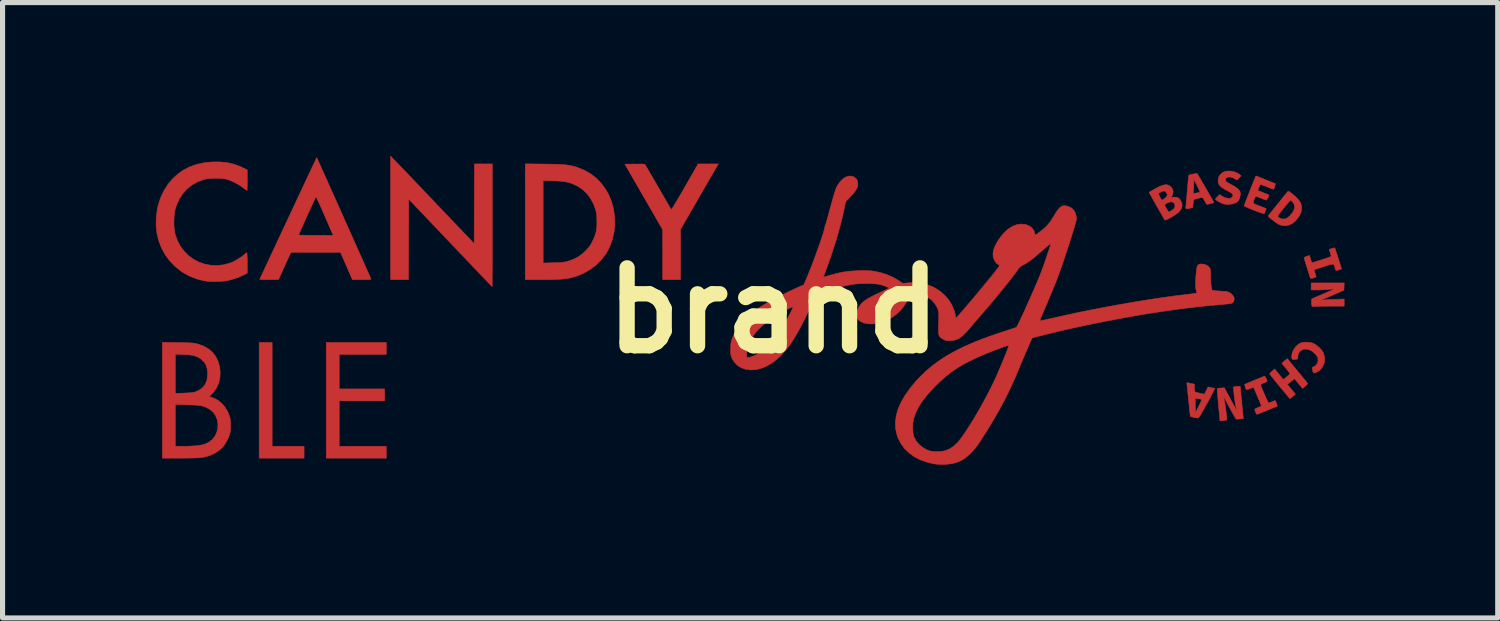
<source format=kicad_pcb>
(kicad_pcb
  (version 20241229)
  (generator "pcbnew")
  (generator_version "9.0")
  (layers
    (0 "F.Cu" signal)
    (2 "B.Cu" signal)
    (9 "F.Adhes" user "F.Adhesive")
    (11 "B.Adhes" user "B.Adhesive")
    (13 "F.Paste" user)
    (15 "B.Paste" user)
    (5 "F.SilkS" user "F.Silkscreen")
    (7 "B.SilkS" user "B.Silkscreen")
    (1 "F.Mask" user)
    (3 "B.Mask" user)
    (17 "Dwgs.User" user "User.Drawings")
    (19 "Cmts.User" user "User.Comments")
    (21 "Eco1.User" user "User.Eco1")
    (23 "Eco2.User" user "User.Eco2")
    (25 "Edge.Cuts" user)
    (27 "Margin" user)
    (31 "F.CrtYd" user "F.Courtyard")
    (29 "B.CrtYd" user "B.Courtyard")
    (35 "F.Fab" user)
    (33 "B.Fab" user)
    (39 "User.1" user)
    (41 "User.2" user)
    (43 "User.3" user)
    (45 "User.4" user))
  (footprint "brand"
    (layer "F.Cu")
    (at 12.092 3.028)
    (property "Reference" "brand" (at 0 0 0) (layer "F.SilkS") (effects (font (size 1.524 1.524) (thickness 0.3))))
    (attr through_hole)
    (fp_poly (pts (xy -9.815 2.658) (xy -9.19 2.658) (xy -9.19 2.89) (xy -10.069 2.89) (xy -10.069 0.625) (xy -9.815 0.625) (xy -9.815 2.658)) (stroke (width 0.01) (type solid)) (fill yes) (layer "F.Cu"))
    (fp_poly (pts (xy -7.581 0.858) (xy -8.502 0.858) (xy -8.502 1.535) (xy -7.613 1.535) (xy -7.613 1.768) (xy -8.502 1.768) (xy -8.502 2.658) (xy -7.581 2.658) (xy -7.581 2.89) (xy -8.756 2.89) (xy -8.756 0.625) (xy -7.581 0.625) (xy -7.581 0.858)) (stroke (width 0.01) (type solid)) (fill yes) (layer "F.Cu"))
    (fp_poly (pts (xy -7.419 -2.943) (xy -7.401 -2.925) (xy -7.369 -2.892) (xy -7.325 -2.846) (xy -7.27 -2.788) (xy -7.204 -2.719) (xy -7.13 -2.641) (xy -7.047 -2.555) (xy -6.958 -2.461) (xy -6.863 -2.362) (xy -6.763 -2.257) (xy -6.66 -2.149) (xy -6.601 -2.086) (xy -5.86 -1.309) (xy -5.858 -2.089) (xy -5.855 -2.869) (xy -5.506 -2.869) (xy -5.506 -1.668) (xy -5.506 -1.51) (xy -5.506 -1.358) (xy -5.506 -1.214) (xy -5.506 -1.079) (xy -5.506 -0.953) (xy -5.506 -0.839) (xy -5.507 -0.738) (xy -5.507 -0.651) (xy -5.507 -0.579) (xy -5.507 -0.523) (xy -5.508 -0.486) (xy -5.508 -0.468) (xy -5.508 -0.467) (xy -5.516 -0.474) (xy -5.537 -0.496) (xy -5.571 -0.531) (xy -5.617 -0.579) (xy -5.673 -0.638) (xy -5.74 -0.708) (xy -5.815 -0.787) (xy -5.899 -0.875) (xy -5.99 -0.97) (xy -6.087 -1.072) (xy -6.189 -1.18) (xy -6.296 -1.292) (xy -6.326 -1.324) (xy -7.141 -2.18) (xy -7.144 -1.392) (xy -7.147 -0.604) (xy -7.496 -0.604) (xy -7.496 -1.813) (xy -7.496 -3.023) (xy -7.419 -2.943)) (stroke (width 0.01) (type solid)) (fill yes) (layer "F.Cu"))
    (fp_poly (pts (xy -1.095 -2.845) (xy -1.102 -2.832) (xy -1.12 -2.803) (xy -1.146 -2.758) (xy -1.18 -2.699) (xy -1.221 -2.628) (xy -1.268 -2.547) (xy -1.32 -2.457) (xy -1.376 -2.36) (xy -1.436 -2.256) (xy -1.465 -2.205) (xy -1.821 -1.588) (xy -1.821 -0.604) (xy -2.17 -0.604) (xy -2.171 -1.583) (xy -2.54 -2.223) (xy -2.909 -2.864) (xy -2.718 -2.867) (xy -2.656 -2.867) (xy -2.602 -2.867) (xy -2.559 -2.866) (xy -2.529 -2.864) (xy -2.519 -2.862) (xy -2.512 -2.851) (xy -2.495 -2.824) (xy -2.471 -2.782) (xy -2.439 -2.727) (xy -2.401 -2.662) (xy -2.357 -2.587) (xy -2.31 -2.505) (xy -2.26 -2.419) (xy -2.21 -2.332) (xy -2.162 -2.25) (xy -2.119 -2.175) (xy -2.081 -2.109) (xy -2.049 -2.055) (xy -2.024 -2.013) (xy -2.008 -1.987) (xy -2.002 -1.977) (xy -1.995 -1.984) (xy -1.979 -2.008) (xy -1.954 -2.046) (xy -1.923 -2.099) (xy -1.884 -2.162) (xy -1.841 -2.236) (xy -1.793 -2.317) (xy -1.743 -2.405) (xy -1.735 -2.418) (xy -1.477 -2.869) (xy -1.278 -2.869) (xy -1.079 -2.869) (xy -1.095 -2.845)) (stroke (width 0.01) (type solid)) (fill yes) (layer "F.Cu"))
    (fp_poly (pts (xy 10.251 1.178) (xy 10.301 1.239) (xy 10.347 1.294) (xy 10.387 1.343) (xy 10.419 1.382) (xy 10.441 1.41) (xy 10.452 1.424) (xy 10.453 1.425) (xy 10.449 1.438) (xy 10.432 1.459) (xy 10.408 1.481) (xy 10.356 1.525) (xy 10.276 1.43) (xy 10.197 1.335) (xy 10.059 1.447) (xy 10.138 1.543) (xy 10.216 1.639) (xy 10.164 1.682) (xy 10.137 1.705) (xy 10.117 1.72) (xy 10.109 1.726) (xy 10.101 1.718) (xy 10.082 1.696) (xy 10.053 1.661) (xy 10.016 1.616) (xy 9.972 1.563) (xy 9.923 1.504) (xy 9.91 1.489) (xy 9.86 1.428) (xy 9.815 1.372) (xy 9.775 1.323) (xy 9.744 1.284) (xy 9.722 1.256) (xy 9.712 1.242) (xy 9.712 1.241) (xy 9.717 1.23) (xy 9.736 1.21) (xy 9.759 1.188) (xy 9.81 1.145) (xy 9.98 1.353) (xy 10.043 1.301) (xy 10.073 1.275) (xy 10.097 1.254) (xy 10.108 1.241) (xy 10.109 1.24) (xy 10.104 1.229) (xy 10.088 1.205) (xy 10.063 1.172) (xy 10.032 1.135) (xy 10.001 1.097) (xy 9.976 1.065) (xy 9.959 1.043) (xy 9.952 1.034) (xy 9.96 1.025) (xy 9.979 1.007) (xy 10.004 0.985) (xy 10.057 0.942) (xy 10.251 1.178)) (stroke (width 0.01) (type solid)) (fill yes) (layer "F.Cu"))
    (fp_poly (pts (xy 11.168 -0.469) (xy 11.165 -0.397) (xy 11.011 -0.33) (xy 10.951 -0.304) (xy 10.892 -0.278) (xy 10.838 -0.255) (xy 10.795 -0.237) (xy 10.784 -0.232) (xy 10.71 -0.201) (xy 10.768 -0.206) (xy 10.799 -0.209) (xy 10.846 -0.212) (xy 10.903 -0.215) (xy 10.966 -0.217) (xy 10.998 -0.219) (xy 11.17 -0.225) (xy 11.17 -0.085) (xy 10.876 -0.085) (xy 10.798 -0.084) (xy 10.727 -0.084) (xy 10.664 -0.083) (xy 10.614 -0.082) (xy 10.578 -0.08) (xy 10.561 -0.079) (xy 10.56 -0.078) (xy 10.548 -0.077) (xy 10.541 -0.083) (xy 10.536 -0.101) (xy 10.533 -0.135) (xy 10.532 -0.145) (xy 10.53 -0.182) (xy 10.53 -0.21) (xy 10.533 -0.224) (xy 10.533 -0.224) (xy 10.544 -0.23) (xy 10.572 -0.243) (xy 10.614 -0.261) (xy 10.667 -0.284) (xy 10.728 -0.31) (xy 10.759 -0.324) (xy 10.822 -0.351) (xy 10.878 -0.375) (xy 10.923 -0.395) (xy 10.956 -0.411) (xy 10.973 -0.42) (xy 10.975 -0.421) (xy 10.963 -0.422) (xy 10.935 -0.42) (xy 10.897 -0.416) (xy 10.883 -0.414) (xy 10.837 -0.409) (xy 10.777 -0.406) (xy 10.713 -0.403) (xy 10.66 -0.402) (xy 10.524 -0.402) (xy 10.524 -0.54) (xy 11.171 -0.54) (xy 11.168 -0.469)) (stroke (width 0.01) (type solid)) (fill yes) (layer "F.Cu"))
    (fp_poly (pts (xy 10.5 0.624) (xy 10.556 0.639) (xy 10.609 0.667) (xy 10.664 0.71) (xy 10.679 0.723) (xy 10.729 0.775) (xy 10.762 0.827) (xy 10.78 0.885) (xy 10.787 0.933) (xy 10.788 0.977) (xy 10.784 1.011) (xy 10.772 1.046) (xy 10.763 1.065) (xy 10.735 1.12) (xy 10.704 1.159) (xy 10.668 1.187) (xy 10.651 1.196) (xy 10.612 1.215) (xy 10.587 1.223) (xy 10.572 1.22) (xy 10.562 1.205) (xy 10.556 1.184) (xy 10.548 1.153) (xy 10.542 1.131) (xy 10.541 1.127) (xy 10.547 1.116) (xy 10.567 1.104) (xy 10.573 1.102) (xy 10.614 1.077) (xy 10.643 1.037) (xy 10.659 0.989) (xy 10.658 0.939) (xy 10.643 0.902) (xy 10.614 0.861) (xy 10.575 0.822) (xy 10.532 0.79) (xy 10.53 0.788) (xy 10.471 0.763) (xy 10.415 0.755) (xy 10.363 0.763) (xy 10.319 0.785) (xy 10.286 0.822) (xy 10.267 0.87) (xy 10.264 0.898) (xy 10.262 0.948) (xy 10.212 0.957) (xy 10.177 0.961) (xy 10.157 0.955) (xy 10.146 0.935) (xy 10.143 0.899) (xy 10.143 0.889) (xy 10.153 0.829) (xy 10.18 0.767) (xy 10.22 0.711) (xy 10.271 0.663) (xy 10.311 0.639) (xy 10.344 0.627) (xy 10.387 0.621) (xy 10.434 0.62) (xy 10.5 0.624)) (stroke (width 0.01) (type solid)) (fill yes) (layer "F.Cu"))
    (fp_poly (pts (xy 9.013 -2.716) (xy 9.076 -2.692) (xy 9.121 -2.663) (xy 9.153 -2.637) (xy 9.112 -2.595) (xy 9.071 -2.553) (xy 9.033 -2.578) (xy 8.987 -2.601) (xy 8.941 -2.612) (xy 8.899 -2.611) (xy 8.867 -2.599) (xy 8.851 -2.582) (xy 8.844 -2.561) (xy 8.848 -2.542) (xy 8.865 -2.522) (xy 8.898 -2.499) (xy 8.948 -2.471) (xy 8.957 -2.466) (xy 9.02 -2.431) (xy 9.07 -2.397) (xy 9.101 -2.37) (xy 9.122 -2.345) (xy 9.133 -2.325) (xy 9.137 -2.301) (xy 9.136 -2.266) (xy 9.135 -2.26) (xy 9.123 -2.197) (xy 9.097 -2.147) (xy 9.054 -2.111) (xy 8.995 -2.089) (xy 8.92 -2.078) (xy 8.915 -2.078) (xy 8.866 -2.078) (xy 8.827 -2.082) (xy 8.79 -2.094) (xy 8.776 -2.1) (xy 8.735 -2.119) (xy 8.697 -2.14) (xy 8.668 -2.159) (xy 8.652 -2.175) (xy 8.65 -2.18) (xy 8.657 -2.191) (xy 8.675 -2.211) (xy 8.692 -2.228) (xy 8.733 -2.269) (xy 8.783 -2.236) (xy 8.83 -2.212) (xy 8.879 -2.197) (xy 8.925 -2.193) (xy 8.946 -2.197) (xy 8.969 -2.211) (xy 8.985 -2.229) (xy 8.994 -2.252) (xy 8.989 -2.275) (xy 8.967 -2.297) (xy 8.927 -2.322) (xy 8.902 -2.336) (xy 8.833 -2.372) (xy 8.781 -2.404) (xy 8.745 -2.434) (xy 8.721 -2.464) (xy 8.708 -2.496) (xy 8.703 -2.534) (xy 8.703 -2.544) (xy 8.712 -2.606) (xy 8.74 -2.656) (xy 8.785 -2.696) (xy 8.822 -2.715) (xy 8.879 -2.729) (xy 8.945 -2.729) (xy 9.013 -2.716)) (stroke (width 0.01) (type solid)) (fill yes) (layer "F.Cu"))
    (fp_poly (pts (xy 10.086 -2.331) (xy 10.106 -2.319) (xy 10.136 -2.296) (xy 10.164 -2.274) (xy 10.223 -2.224) (xy 10.266 -2.181) (xy 10.297 -2.141) (xy 10.318 -2.101) (xy 10.329 -2.068) (xy 10.339 -2.002) (xy 10.329 -1.935) (xy 10.3 -1.866) (xy 10.279 -1.832) (xy 10.222 -1.76) (xy 10.159 -1.706) (xy 10.092 -1.673) (xy 10.022 -1.659) (xy 9.95 -1.667) (xy 9.943 -1.668) (xy 9.914 -1.677) (xy 9.887 -1.688) (xy 9.86 -1.704) (xy 9.827 -1.726) (xy 9.785 -1.759) (xy 9.748 -1.788) (xy 9.714 -1.816) (xy 9.694 -1.835) (xy 9.691 -1.839) (xy 9.873 -1.839) (xy 9.88 -1.828) (xy 9.895 -1.818) (xy 9.918 -1.806) (xy 9.926 -1.802) (xy 9.963 -1.791) (xy 10.007 -1.792) (xy 10.046 -1.804) (xy 10.079 -1.828) (xy 10.116 -1.864) (xy 10.151 -1.907) (xy 10.179 -1.949) (xy 10.187 -1.966) (xy 10.202 -2.018) (xy 10.197 -2.066) (xy 10.172 -2.112) (xy 10.163 -2.123) (xy 10.142 -2.145) (xy 10.125 -2.158) (xy 10.121 -2.16) (xy 10.112 -2.152) (xy 10.092 -2.13) (xy 10.063 -2.097) (xy 10.028 -2.054) (xy 9.988 -2.005) (xy 9.984 -2.001) (xy 9.94 -1.946) (xy 9.907 -1.905) (xy 9.885 -1.875) (xy 9.874 -1.854) (xy 9.873 -1.839) (xy 9.691 -1.839) (xy 9.686 -1.848) (xy 9.688 -1.858) (xy 9.691 -1.862) (xy 9.701 -1.875) (xy 9.723 -1.902) (xy 9.754 -1.94) (xy 9.792 -1.988) (xy 9.836 -2.043) (xy 9.878 -2.096) (xy 9.925 -2.155) (xy 9.968 -2.21) (xy 10.006 -2.256) (xy 10.036 -2.293) (xy 10.056 -2.318) (xy 10.065 -2.328) (xy 10.073 -2.333) (xy 10.086 -2.331)) (stroke (width 0.01) (type solid)) (fill yes) (layer "F.Cu"))
    (fp_poly (pts (xy 10.986 -1.225) (xy 10.991 -1.214) (xy 11 -1.186) (xy 11.014 -1.146) (xy 11.03 -1.097) (xy 11.048 -1.042) (xy 11.065 -0.986) (xy 11.082 -0.933) (xy 11.097 -0.885) (xy 11.109 -0.847) (xy 11.116 -0.823) (xy 11.117 -0.816) (xy 11.108 -0.81) (xy 11.086 -0.802) (xy 11.057 -0.793) (xy 11.03 -0.786) (xy 11.012 -0.783) (xy 11.005 -0.793) (xy 10.995 -0.816) (xy 10.99 -0.834) (xy 10.982 -0.865) (xy 10.974 -0.888) (xy 10.965 -0.902) (xy 10.95 -0.908) (xy 10.926 -0.906) (xy 10.891 -0.897) (xy 10.842 -0.882) (xy 10.786 -0.864) (xy 10.727 -0.845) (xy 10.676 -0.828) (xy 10.634 -0.815) (xy 10.605 -0.805) (xy 10.595 -0.802) (xy 10.586 -0.796) (xy 10.584 -0.785) (xy 10.589 -0.764) (xy 10.599 -0.735) (xy 10.61 -0.701) (xy 10.617 -0.675) (xy 10.62 -0.665) (xy 10.61 -0.655) (xy 10.588 -0.643) (xy 10.559 -0.634) (xy 10.532 -0.629) (xy 10.514 -0.629) (xy 10.511 -0.632) (xy 10.505 -0.646) (xy 10.495 -0.676) (xy 10.481 -0.718) (xy 10.465 -0.768) (xy 10.448 -0.823) (xy 10.431 -0.879) (xy 10.415 -0.931) (xy 10.401 -0.976) (xy 10.392 -1.01) (xy 10.387 -1.029) (xy 10.387 -1.031) (xy 10.396 -1.041) (xy 10.419 -1.054) (xy 10.439 -1.061) (xy 10.492 -1.078) (xy 10.535 -0.933) (xy 10.58 -0.947) (xy 10.678 -0.977) (xy 10.757 -1.002) (xy 10.818 -1.022) (xy 10.863 -1.038) (xy 10.894 -1.05) (xy 10.911 -1.059) (xy 10.916 -1.064) (xy 10.913 -1.08) (xy 10.904 -1.109) (xy 10.896 -1.136) (xy 10.875 -1.195) (xy 10.928 -1.213) (xy 10.959 -1.222) (xy 10.98 -1.226) (xy 10.986 -1.225)) (stroke (width 0.01) (type solid)) (fill yes) (layer "F.Cu"))
    (fp_poly (pts (xy 9.127 1.483) (xy 9.136 1.489) (xy 9.138 1.501) (xy 9.138 1.505) (xy 9.139 1.522) (xy 9.142 1.557) (xy 9.146 1.607) (xy 9.152 1.669) (xy 9.159 1.74) (xy 9.167 1.818) (xy 9.167 1.823) (xy 9.196 2.116) (xy 9.13 2.123) (xy 9.094 2.126) (xy 9.067 2.126) (xy 9.055 2.124) (xy 9.047 2.113) (xy 9.031 2.087) (xy 9.008 2.048) (xy 8.981 2) (xy 8.952 1.947) (xy 8.921 1.891) (xy 8.891 1.835) (xy 8.864 1.783) (xy 8.847 1.749) (xy 8.831 1.719) (xy 8.819 1.7) (xy 8.815 1.696) (xy 8.815 1.707) (xy 8.819 1.734) (xy 8.826 1.772) (xy 8.83 1.79) (xy 8.837 1.828) (xy 8.844 1.876) (xy 8.852 1.93) (xy 8.859 1.985) (xy 8.865 2.038) (xy 8.869 2.084) (xy 8.872 2.12) (xy 8.872 2.14) (xy 8.871 2.143) (xy 8.859 2.146) (xy 8.833 2.151) (xy 8.803 2.154) (xy 8.739 2.161) (xy 8.709 1.848) (xy 8.702 1.769) (xy 8.696 1.696) (xy 8.691 1.634) (xy 8.687 1.583) (xy 8.685 1.548) (xy 8.685 1.53) (xy 8.685 1.528) (xy 8.698 1.524) (xy 8.726 1.52) (xy 8.758 1.517) (xy 8.825 1.512) (xy 8.941 1.729) (xy 8.974 1.79) (xy 9.004 1.845) (xy 9.029 1.889) (xy 9.048 1.922) (xy 9.059 1.94) (xy 9.061 1.943) (xy 9.06 1.932) (xy 9.056 1.906) (xy 9.048 1.87) (xy 9.047 1.867) (xy 9.041 1.836) (xy 9.034 1.793) (xy 9.027 1.742) (xy 9.02 1.686) (xy 9.013 1.632) (xy 9.008 1.581) (xy 9.004 1.539) (xy 9.002 1.509) (xy 9.003 1.497) (xy 9.003 1.497) (xy 9.015 1.494) (xy 9.041 1.49) (xy 9.072 1.486) (xy 9.108 1.483) (xy 9.127 1.483)) (stroke (width 0.01) (type solid)) (fill yes) (layer "F.Cu"))
    (fp_poly (pts (xy -4.481 -2.866) (xy -4.366 -2.865) (xy -4.269 -2.862) (xy -4.187 -2.86) (xy -4.119 -2.856) (xy -4.06 -2.85) (xy -4.009 -2.843) (xy -3.962 -2.835) (xy -3.917 -2.824) (xy -3.871 -2.811) (xy -3.838 -2.8) (xy -3.7 -2.744) (xy -3.574 -2.671) (xy -3.46 -2.581) (xy -3.361 -2.476) (xy -3.276 -2.356) (xy -3.229 -2.271) (xy -3.171 -2.132) (xy -3.132 -1.987) (xy -3.111 -1.838) (xy -3.107 -1.688) (xy -3.121 -1.539) (xy -3.154 -1.395) (xy -3.203 -1.257) (xy -3.27 -1.128) (xy -3.284 -1.106) (xy -3.371 -0.992) (xy -3.473 -0.891) (xy -3.59 -0.803) (xy -3.718 -0.729) (xy -3.857 -0.672) (xy -3.944 -0.646) (xy -4.001 -0.633) (xy -4.066 -0.623) (xy -4.142 -0.615) (xy -4.23 -0.61) (xy -4.332 -0.606) (xy -4.453 -0.604) (xy -4.555 -0.604) (xy -4.86 -0.604) (xy -4.86 -0.929) (xy -4.51 -0.929) (xy -4.312 -0.935) (xy -4.23 -0.937) (xy -4.165 -0.941) (xy -4.113 -0.946) (xy -4.07 -0.953) (xy -4.033 -0.962) (xy -3.92 -1) (xy -3.821 -1.051) (xy -3.73 -1.12) (xy -3.683 -1.164) (xy -3.638 -1.211) (xy -3.605 -1.251) (xy -3.577 -1.292) (xy -3.551 -1.339) (xy -3.543 -1.356) (xy -3.51 -1.428) (xy -3.486 -1.492) (xy -3.47 -1.553) (xy -3.461 -1.618) (xy -3.458 -1.694) (xy -3.457 -1.736) (xy -3.459 -1.812) (xy -3.463 -1.872) (xy -3.47 -1.922) (xy -3.477 -1.953) (xy -3.519 -2.076) (xy -3.577 -2.186) (xy -3.649 -2.284) (xy -3.734 -2.366) (xy -3.831 -2.432) (xy -3.859 -2.446) (xy -3.921 -2.475) (xy -3.98 -2.497) (xy -4.04 -2.513) (xy -4.106 -2.525) (xy -4.183 -2.532) (xy -4.274 -2.537) (xy -4.312 -2.538) (xy -4.51 -2.544) (xy -4.51 -0.929) (xy -4.86 -0.929) (xy -4.86 -2.871) (xy -4.481 -2.866)) (stroke (width 0.01) (type solid)) (fill yes) (layer "F.Cu"))
    (fp_poly (pts (xy 8.119 1.417) (xy 8.15 1.424) (xy 8.176 1.429) (xy 8.237 1.441) (xy 8.237 1.507) (xy 8.239 1.544) (xy 8.243 1.573) (xy 8.247 1.587) (xy 8.261 1.595) (xy 8.29 1.605) (xy 8.33 1.616) (xy 8.346 1.619) (xy 8.436 1.638) (xy 8.47 1.567) (xy 8.505 1.496) (xy 8.567 1.509) (xy 8.602 1.517) (xy 8.627 1.524) (xy 8.636 1.528) (xy 8.632 1.538) (xy 8.62 1.565) (xy 8.599 1.605) (xy 8.572 1.658) (xy 8.539 1.719) (xy 8.502 1.788) (xy 8.484 1.82) (xy 8.438 1.904) (xy 8.401 1.97) (xy 8.372 2.021) (xy 8.349 2.058) (xy 8.332 2.083) (xy 8.319 2.099) (xy 8.31 2.105) (xy 8.306 2.106) (xy 8.284 2.103) (xy 8.251 2.097) (xy 8.224 2.091) (xy 8.19 2.084) (xy 8.167 2.077) (xy 8.159 2.074) (xy 8.157 2.063) (xy 8.154 2.033) (xy 8.148 1.988) (xy 8.142 1.93) (xy 8.135 1.862) (xy 8.128 1.787) (xy 8.127 1.784) (xy 8.122 1.728) (xy 8.253 1.728) (xy 8.253 1.755) (xy 8.254 1.794) (xy 8.255 1.838) (xy 8.257 1.885) (xy 8.259 1.928) (xy 8.261 1.963) (xy 8.263 1.985) (xy 8.264 1.99) (xy 8.27 1.982) (xy 8.282 1.957) (xy 8.301 1.92) (xy 8.322 1.876) (xy 8.326 1.867) (xy 8.348 1.821) (xy 8.367 1.782) (xy 8.38 1.755) (xy 8.385 1.742) (xy 8.385 1.742) (xy 8.376 1.738) (xy 8.353 1.733) (xy 8.322 1.727) (xy 8.291 1.721) (xy 8.266 1.718) (xy 8.254 1.717) (xy 8.253 1.717) (xy 8.253 1.728) (xy 8.122 1.728) (xy 8.119 1.706) (xy 8.112 1.633) (xy 8.105 1.567) (xy 8.1 1.513) (xy 8.095 1.474) (xy 8.093 1.453) (xy 8.09 1.425) (xy 8.094 1.413) (xy 8.101 1.413) (xy 8.119 1.417)) (stroke (width 0.01) (type solid)) (fill yes) (layer "F.Cu"))
    (fp_poly (pts (xy 9.619 1.291) (xy 9.632 1.311) (xy 9.646 1.337) (xy 9.657 1.363) (xy 9.662 1.383) (xy 9.661 1.388) (xy 9.65 1.395) (xy 9.624 1.406) (xy 9.593 1.42) (xy 9.554 1.437) (xy 9.535 1.452) (xy 9.534 1.459) (xy 9.556 1.514) (xy 9.58 1.572) (xy 9.605 1.631) (xy 9.629 1.686) (xy 9.652 1.735) (xy 9.67 1.774) (xy 9.684 1.8) (xy 9.692 1.81) (xy 9.692 1.81) (xy 9.707 1.806) (xy 9.736 1.796) (xy 9.762 1.785) (xy 9.82 1.761) (xy 9.843 1.815) (xy 9.855 1.845) (xy 9.863 1.865) (xy 9.864 1.87) (xy 9.853 1.875) (xy 9.826 1.887) (xy 9.787 1.903) (xy 9.739 1.923) (xy 9.686 1.945) (xy 9.631 1.967) (xy 9.579 1.988) (xy 9.532 2.006) (xy 9.495 2.021) (xy 9.471 2.03) (xy 9.463 2.033) (xy 9.453 2.024) (xy 9.444 2.006) (xy 9.432 1.975) (xy 9.424 1.955) (xy 9.42 1.941) (xy 9.424 1.93) (xy 9.44 1.92) (xy 9.47 1.906) (xy 9.482 1.901) (xy 9.516 1.886) (xy 9.54 1.875) (xy 9.55 1.869) (xy 9.55 1.869) (xy 9.546 1.859) (xy 9.536 1.833) (xy 9.52 1.794) (xy 9.501 1.748) (xy 9.479 1.697) (xy 9.458 1.646) (xy 9.437 1.597) (xy 9.419 1.556) (xy 9.406 1.524) (xy 9.398 1.508) (xy 9.397 1.506) (xy 9.386 1.508) (xy 9.362 1.516) (xy 9.328 1.529) (xy 9.327 1.529) (xy 9.286 1.544) (xy 9.262 1.549) (xy 9.253 1.545) (xy 9.244 1.526) (xy 9.235 1.499) (xy 9.226 1.472) (xy 9.222 1.452) (xy 9.223 1.446) (xy 9.233 1.442) (xy 9.259 1.43) (xy 9.298 1.414) (xy 9.346 1.394) (xy 9.399 1.371) (xy 9.455 1.348) (xy 9.508 1.326) (xy 9.557 1.306) (xy 9.597 1.29) (xy 9.609 1.285) (xy 9.619 1.291)) (stroke (width 0.01) (type solid)) (fill yes) (layer "F.Cu"))
    (fp_poly (pts (xy 8.292 -2.681) (xy 8.299 -2.67) (xy 8.315 -2.644) (xy 8.338 -2.605) (xy 8.367 -2.556) (xy 8.399 -2.499) (xy 8.435 -2.439) (xy 8.471 -2.376) (xy 8.506 -2.315) (xy 8.539 -2.257) (xy 8.568 -2.206) (xy 8.591 -2.165) (xy 8.608 -2.135) (xy 8.615 -2.121) (xy 8.615 -2.121) (xy 8.611 -2.112) (xy 8.591 -2.102) (xy 8.553 -2.091) (xy 8.507 -2.081) (xy 8.49 -2.079) (xy 8.477 -2.083) (xy 8.466 -2.097) (xy 8.45 -2.125) (xy 8.441 -2.144) (xy 8.423 -2.177) (xy 8.406 -2.202) (xy 8.394 -2.212) (xy 8.394 -2.212) (xy 8.377 -2.21) (xy 8.347 -2.204) (xy 8.308 -2.195) (xy 8.301 -2.194) (xy 8.259 -2.183) (xy 8.234 -2.173) (xy 8.222 -2.163) (xy 8.219 -2.154) (xy 8.217 -2.132) (xy 8.213 -2.098) (xy 8.211 -2.074) (xy 8.204 -2.015) (xy 8.151 -2.003) (xy 8.109 -1.994) (xy 8.084 -1.991) (xy 8.072 -1.997) (xy 8.069 -2.014) (xy 8.072 -2.041) (xy 8.075 -2.065) (xy 8.078 -2.107) (xy 8.083 -2.163) (xy 8.089 -2.23) (xy 8.095 -2.303) (xy 8.096 -2.314) (xy 8.216 -2.314) (xy 8.216 -2.295) (xy 8.221 -2.288) (xy 8.232 -2.289) (xy 8.238 -2.291) (xy 8.266 -2.297) (xy 8.3 -2.304) (xy 8.304 -2.304) (xy 8.33 -2.31) (xy 8.346 -2.316) (xy 8.348 -2.317) (xy 8.344 -2.329) (xy 8.333 -2.355) (xy 8.316 -2.393) (xy 8.293 -2.438) (xy 8.29 -2.446) (xy 8.228 -2.568) (xy 8.227 -2.492) (xy 8.226 -2.441) (xy 8.223 -2.386) (xy 8.22 -2.35) (xy 8.216 -2.314) (xy 8.096 -2.314) (xy 8.101 -2.366) (xy 8.107 -2.441) (xy 8.113 -2.508) (xy 8.119 -2.565) (xy 8.123 -2.609) (xy 8.127 -2.638) (xy 8.13 -2.648) (xy 8.144 -2.655) (xy 8.172 -2.663) (xy 8.207 -2.67) (xy 8.243 -2.677) (xy 8.273 -2.681) (xy 8.29 -2.681) (xy 8.292 -2.681)) (stroke (width 0.01) (type solid)) (fill yes) (layer "F.Cu"))
    (fp_poly (pts (xy 7.707 -2.46) (xy 7.739 -2.449) (xy 7.784 -2.415) (xy 7.812 -2.372) (xy 7.822 -2.323) (xy 7.812 -2.272) (xy 7.805 -2.256) (xy 7.783 -2.214) (xy 7.834 -2.22) (xy 7.889 -2.218) (xy 7.933 -2.198) (xy 7.966 -2.159) (xy 7.967 -2.158) (xy 7.993 -2.1) (xy 7.998 -2.045) (xy 7.983 -1.993) (xy 7.947 -1.943) (xy 7.931 -1.927) (xy 7.903 -1.903) (xy 7.865 -1.876) (xy 7.822 -1.848) (xy 7.777 -1.821) (xy 7.735 -1.798) (xy 7.698 -1.781) (xy 7.671 -1.771) (xy 7.658 -1.771) (xy 7.658 -1.772) (xy 7.651 -1.784) (xy 7.635 -1.812) (xy 7.611 -1.854) (xy 7.581 -1.906) (xy 7.546 -1.968) (xy 7.508 -2.035) (xy 7.5 -2.049) (xy 7.489 -2.069) (xy 7.655 -2.069) (xy 7.66 -2.056) (xy 7.672 -2.032) (xy 7.689 -2.001) (xy 7.707 -1.97) (xy 7.724 -1.945) (xy 7.734 -1.929) (xy 7.737 -1.927) (xy 7.749 -1.932) (xy 7.773 -1.944) (xy 7.789 -1.954) (xy 7.833 -1.987) (xy 7.856 -2.023) (xy 7.858 -2.063) (xy 7.855 -2.074) (xy 7.834 -2.109) (xy 7.802 -2.126) (xy 7.761 -2.126) (xy 7.712 -2.107) (xy 7.701 -2.101) (xy 7.675 -2.085) (xy 7.658 -2.072) (xy 7.655 -2.069) (xy 7.489 -2.069) (xy 7.363 -2.292) (xy 7.53 -2.292) (xy 7.533 -2.283) (xy 7.544 -2.26) (xy 7.559 -2.231) (xy 7.575 -2.201) (xy 7.589 -2.176) (xy 7.598 -2.162) (xy 7.6 -2.16) (xy 7.61 -2.164) (xy 7.632 -2.175) (xy 7.633 -2.176) (xy 7.664 -2.197) (xy 7.69 -2.225) (xy 7.706 -2.254) (xy 7.708 -2.266) (xy 7.7 -2.29) (xy 7.682 -2.316) (xy 7.659 -2.335) (xy 7.643 -2.34) (xy 7.624 -2.336) (xy 7.595 -2.325) (xy 7.564 -2.311) (xy 7.539 -2.298) (xy 7.53 -2.292) (xy 7.363 -2.292) (xy 7.351 -2.313) (xy 7.421 -2.355) (xy 7.502 -2.4) (xy 7.569 -2.433) (xy 7.624 -2.453) (xy 7.669 -2.462) (xy 7.707 -2.46)) (stroke (width 0.01) (type solid)) (fill yes) (layer "F.Cu"))
    (fp_poly (pts (xy 9.631 -2.56) (xy 9.69 -2.536) (xy 9.742 -2.515) (xy 9.784 -2.499) (xy 9.812 -2.487) (xy 9.824 -2.481) (xy 9.824 -2.481) (xy 9.823 -2.471) (xy 9.816 -2.448) (xy 9.807 -2.42) (xy 9.797 -2.394) (xy 9.79 -2.376) (xy 9.788 -2.374) (xy 9.778 -2.376) (xy 9.752 -2.385) (xy 9.714 -2.4) (xy 9.668 -2.418) (xy 9.666 -2.419) (xy 9.618 -2.437) (xy 9.578 -2.453) (xy 9.549 -2.463) (xy 9.535 -2.467) (xy 9.535 -2.467) (xy 9.525 -2.458) (xy 9.512 -2.434) (xy 9.501 -2.408) (xy 9.478 -2.349) (xy 9.501 -2.34) (xy 9.542 -2.324) (xy 9.585 -2.307) (xy 9.627 -2.29) (xy 9.663 -2.276) (xy 9.687 -2.265) (xy 9.696 -2.261) (xy 9.695 -2.25) (xy 9.686 -2.227) (xy 9.673 -2.2) (xy 9.661 -2.176) (xy 9.65 -2.161) (xy 9.648 -2.16) (xy 9.635 -2.164) (xy 9.607 -2.174) (xy 9.569 -2.188) (xy 9.547 -2.197) (xy 9.506 -2.213) (xy 9.471 -2.226) (xy 9.449 -2.233) (xy 9.444 -2.234) (xy 9.434 -2.225) (xy 9.42 -2.203) (xy 9.414 -2.189) (xy 9.398 -2.153) (xy 9.389 -2.128) (xy 9.389 -2.11) (xy 9.4 -2.096) (xy 9.423 -2.082) (xy 9.462 -2.066) (xy 9.51 -2.048) (xy 9.558 -2.029) (xy 9.599 -2.013) (xy 9.629 -2.001) (xy 9.643 -1.996) (xy 9.643 -1.995) (xy 9.642 -1.985) (xy 9.634 -1.963) (xy 9.624 -1.936) (xy 9.613 -1.911) (xy 9.605 -1.895) (xy 9.604 -1.894) (xy 9.593 -1.895) (xy 9.565 -1.904) (xy 9.524 -1.918) (xy 9.472 -1.937) (xy 9.413 -1.959) (xy 9.405 -1.963) (xy 9.345 -1.986) (xy 9.293 -2.008) (xy 9.252 -2.027) (xy 9.223 -2.041) (xy 9.212 -2.048) (xy 9.211 -2.049) (xy 9.215 -2.061) (xy 9.226 -2.089) (xy 9.242 -2.131) (xy 9.262 -2.184) (xy 9.286 -2.245) (xy 9.312 -2.31) (xy 9.338 -2.378) (xy 9.365 -2.444) (xy 9.39 -2.507) (xy 9.412 -2.562) (xy 9.429 -2.601) (xy 9.443 -2.635) (xy 9.631 -2.56)) (stroke (width 0.01) (type solid)) (fill yes) (layer "F.Cu"))
    (fp_poly (pts (xy -10.694 -2.894) (xy -10.563 -2.864) (xy -10.437 -2.817) (xy -10.4 -2.8) (xy -10.302 -2.752) (xy -10.302 -2.551) (xy -10.302 -2.489) (xy -10.303 -2.434) (xy -10.304 -2.391) (xy -10.305 -2.362) (xy -10.306 -2.351) (xy -10.306 -2.35) (xy -10.316 -2.356) (xy -10.339 -2.372) (xy -10.371 -2.395) (xy -10.389 -2.409) (xy -10.467 -2.462) (xy -10.553 -2.509) (xy -10.64 -2.548) (xy -10.704 -2.569) (xy -10.767 -2.581) (xy -10.843 -2.588) (xy -10.926 -2.589) (xy -11.01 -2.586) (xy -11.087 -2.578) (xy -11.152 -2.565) (xy -11.154 -2.564) (xy -11.276 -2.519) (xy -11.386 -2.456) (xy -11.484 -2.377) (xy -11.568 -2.283) (xy -11.637 -2.175) (xy -11.69 -2.053) (xy -11.712 -1.985) (xy -11.725 -1.916) (xy -11.734 -1.834) (xy -11.737 -1.746) (xy -11.736 -1.657) (xy -11.729 -1.575) (xy -11.716 -1.505) (xy -11.712 -1.488) (xy -11.668 -1.365) (xy -11.609 -1.255) (xy -11.533 -1.155) (xy -11.466 -1.087) (xy -11.369 -1.011) (xy -11.262 -0.953) (xy -11.146 -0.911) (xy -11.024 -0.887) (xy -10.899 -0.881) (xy -10.774 -0.893) (xy -10.651 -0.925) (xy -10.61 -0.94) (xy -10.57 -0.958) (xy -10.522 -0.985) (xy -10.47 -1.016) (xy -10.421 -1.048) (xy -10.378 -1.078) (xy -10.347 -1.104) (xy -10.34 -1.111) (xy -10.322 -1.127) (xy -10.311 -1.133) (xy -10.308 -1.123) (xy -10.306 -1.095) (xy -10.304 -1.052) (xy -10.302 -0.998) (xy -10.302 -0.936) (xy -10.302 -0.932) (xy -10.302 -0.731) (xy -10.376 -0.694) (xy -10.479 -0.648) (xy -10.594 -0.61) (xy -10.685 -0.587) (xy -10.754 -0.576) (xy -10.837 -0.569) (xy -10.925 -0.566) (xy -11.012 -0.567) (xy -11.09 -0.573) (xy -11.119 -0.577) (xy -11.271 -0.612) (xy -11.414 -0.665) (xy -11.548 -0.737) (xy -11.599 -0.77) (xy -11.721 -0.869) (xy -11.826 -0.979) (xy -11.914 -1.101) (xy -11.984 -1.233) (xy -12.037 -1.373) (xy -12.071 -1.521) (xy -12.087 -1.676) (xy -12.083 -1.835) (xy -12.06 -1.998) (xy -12.043 -2.071) (xy -11.998 -2.209) (xy -11.934 -2.343) (xy -11.854 -2.468) (xy -11.771 -2.569) (xy -11.665 -2.668) (xy -11.551 -2.749) (xy -11.425 -2.814) (xy -11.289 -2.861) (xy -11.14 -2.893) (xy -10.985 -2.908) (xy -10.833 -2.908) (xy -10.694 -2.894)) (stroke (width 0.01) (type solid)) (fill yes) (layer "F.Cu"))
    (fp_poly (pts (xy -11.66 0.627) (xy -11.568 0.629) (xy -11.495 0.631) (xy -11.437 0.633) (xy -11.391 0.635) (xy -11.355 0.639) (xy -11.325 0.643) (xy -11.297 0.648) (xy -11.273 0.655) (xy -11.162 0.694) (xy -11.066 0.748) (xy -10.986 0.815) (xy -10.923 0.896) (xy -10.875 0.99) (xy -10.847 1.086) (xy -10.832 1.199) (xy -10.836 1.307) (xy -10.857 1.409) (xy -10.896 1.503) (xy -10.951 1.586) (xy -10.986 1.624) (xy -11.046 1.683) (xy -11.015 1.694) (xy -10.968 1.712) (xy -10.934 1.726) (xy -10.905 1.741) (xy -10.874 1.76) (xy -10.866 1.766) (xy -10.797 1.822) (xy -10.736 1.895) (xy -10.685 1.98) (xy -10.649 2.074) (xy -10.639 2.107) (xy -10.63 2.168) (xy -10.626 2.239) (xy -10.628 2.312) (xy -10.636 2.38) (xy -10.645 2.419) (xy -10.673 2.494) (xy -10.711 2.571) (xy -10.755 2.639) (xy -10.779 2.67) (xy -10.844 2.732) (xy -10.926 2.787) (xy -11.02 2.832) (xy -11.122 2.864) (xy -11.198 2.88) (xy -11.227 2.882) (xy -11.273 2.884) (xy -11.334 2.887) (xy -11.407 2.888) (xy -11.488 2.889) (xy -11.574 2.89) (xy -11.617 2.89) (xy -11.964 2.89) (xy -11.964 2.658) (xy -11.71 2.658) (xy -11.549 2.657) (xy -11.482 2.657) (xy -11.413 2.654) (xy -11.349 2.651) (xy -11.298 2.648) (xy -11.289 2.647) (xy -11.237 2.64) (xy -11.185 2.63) (xy -11.141 2.619) (xy -11.132 2.616) (xy -11.051 2.577) (xy -10.984 2.523) (xy -10.932 2.455) (xy -10.896 2.377) (xy -10.878 2.29) (xy -10.876 2.223) (xy -10.891 2.134) (xy -10.923 2.055) (xy -10.973 1.987) (xy -11.04 1.931) (xy -11.122 1.889) (xy -11.191 1.866) (xy -11.225 1.861) (xy -11.277 1.855) (xy -11.345 1.851) (xy -11.426 1.847) (xy -11.48 1.845) (xy -11.71 1.839) (xy -11.71 2.658) (xy -11.964 2.658) (xy -11.964 1.622) (xy -11.71 1.622) (xy -11.543 1.617) (xy -11.454 1.613) (xy -11.384 1.607) (xy -11.335 1.598) (xy -11.323 1.595) (xy -11.242 1.559) (xy -11.176 1.51) (xy -11.127 1.447) (xy -11.094 1.372) (xy -11.078 1.285) (xy -11.078 1.213) (xy -11.09 1.127) (xy -11.115 1.056) (xy -11.155 0.997) (xy -11.211 0.947) (xy -11.216 0.943) (xy -11.265 0.914) (xy -11.317 0.893) (xy -11.377 0.877) (xy -11.45 0.867) (xy -11.539 0.861) (xy -11.554 0.86) (xy -11.71 0.854) (xy -11.71 1.622) (xy -11.964 1.622) (xy -11.964 0.623) (xy -11.66 0.627)) (stroke (width 0.01) (type solid)) (fill yes) (layer "F.Cu"))
    (fp_poly (pts (xy -8.938 -2.984) (xy -8.925 -2.957) (xy -8.906 -2.913) (xy -8.879 -2.855) (xy -8.847 -2.782) (xy -8.809 -2.698) (xy -8.766 -2.602) (xy -8.719 -2.498) (xy -8.669 -2.385) (xy -8.615 -2.266) (xy -8.56 -2.142) (xy -8.502 -2.014) (xy -8.444 -1.883) (xy -8.386 -1.752) (xy -8.327 -1.622) (xy -8.27 -1.494) (xy -8.214 -1.369) (xy -8.161 -1.249) (xy -8.11 -1.135) (xy -8.062 -1.029) (xy -8.019 -0.932) (xy -7.981 -0.845) (xy -7.948 -0.771) (xy -7.921 -0.71) (xy -7.9 -0.664) (xy -7.887 -0.634) (xy -7.882 -0.622) (xy -7.881 -0.615) (xy -7.885 -0.61) (xy -7.897 -0.607) (xy -7.92 -0.605) (xy -7.957 -0.604) (xy -8.011 -0.604) (xy -8.06 -0.604) (xy -8.244 -0.604) (xy -8.36 -0.871) (xy -8.477 -1.138) (xy -9.448 -1.138) (xy -9.57 -0.871) (xy -9.691 -0.604) (xy -9.875 -0.604) (xy -9.934 -0.604) (xy -9.986 -0.605) (xy -10.026 -0.606) (xy -10.051 -0.608) (xy -10.058 -0.609) (xy -10.054 -0.619) (xy -10.041 -0.647) (xy -10.021 -0.691) (xy -9.993 -0.749) (xy -9.96 -0.822) (xy -9.92 -0.906) (xy -9.876 -1.002) (xy -9.827 -1.106) (xy -9.774 -1.219) (xy -9.719 -1.338) (xy -9.661 -1.462) (xy -9.652 -1.479) (xy -9.296 -1.479) (xy -9.286 -1.477) (xy -9.257 -1.476) (xy -9.212 -1.474) (xy -9.153 -1.473) (xy -9.084 -1.472) (xy -9.005 -1.472) (xy -8.957 -1.472) (xy -8.619 -1.472) (xy -8.646 -1.533) (xy -8.657 -1.557) (xy -8.675 -1.598) (xy -8.698 -1.653) (xy -8.727 -1.719) (xy -8.759 -1.792) (xy -8.793 -1.871) (xy -8.812 -1.914) (xy -8.845 -1.99) (xy -8.876 -2.059) (xy -8.904 -2.12) (xy -8.927 -2.168) (xy -8.944 -2.204) (xy -8.955 -2.223) (xy -8.958 -2.226) (xy -8.964 -2.215) (xy -8.977 -2.187) (xy -8.997 -2.145) (xy -9.022 -2.091) (xy -9.05 -2.029) (xy -9.082 -1.96) (xy -9.115 -1.888) (xy -9.148 -1.814) (xy -9.181 -1.741) (xy -9.211 -1.673) (xy -9.239 -1.611) (xy -9.263 -1.558) (xy -9.281 -1.516) (xy -9.292 -1.489) (xy -9.296 -1.479) (xy -9.652 -1.479) (xy -9.601 -1.59) (xy -9.54 -1.72) (xy -9.478 -1.851) (xy -9.417 -1.981) (xy -9.357 -2.11) (xy -9.299 -2.235) (xy -9.242 -2.355) (xy -9.189 -2.47) (xy -9.139 -2.576) (xy -9.093 -2.674) (xy -9.052 -2.761) (xy -9.016 -2.837) (xy -8.987 -2.899) (xy -8.964 -2.947) (xy -8.949 -2.978) (xy -8.943 -2.992) (xy -8.942 -2.993) (xy -8.938 -2.984)) (stroke (width 0.01) (type solid)) (fill yes) (layer "F.Cu"))
    (fp_poly (pts (xy 1.571 -2.616) (xy 1.615 -2.583) (xy 1.635 -2.557) (xy 1.645 -2.525) (xy 1.649 -2.494) (xy 1.65 -2.455) (xy 1.642 -2.417) (xy 1.625 -2.379) (xy 1.596 -2.335) (xy 1.555 -2.284) (xy 1.509 -2.233) (xy 1.411 -2.128) (xy 1.377 -1.961) (xy 1.333 -1.77) (xy 1.279 -1.565) (xy 1.216 -1.349) (xy 1.144 -1.126) (xy 1.066 -0.899) (xy 1.002 -0.727) (xy 0.974 -0.654) (xy 0.998 -0.659) (xy 1.018 -0.664) (xy 1.053 -0.674) (xy 1.096 -0.686) (xy 1.117 -0.693) (xy 1.241 -0.726) (xy 1.355 -0.751) (xy 1.468 -0.767) (xy 1.588 -0.777) (xy 1.663 -0.78) (xy 1.744 -0.782) (xy 1.808 -0.782) (xy 1.862 -0.781) (xy 1.91 -0.777) (xy 1.958 -0.77) (xy 1.97 -0.768) (xy 2.103 -0.74) (xy 2.229 -0.699) (xy 2.344 -0.648) (xy 2.444 -0.589) (xy 2.467 -0.573) (xy 2.498 -0.55) (xy 2.521 -0.537) (xy 2.542 -0.533) (xy 2.568 -0.535) (xy 2.583 -0.537) (xy 2.619 -0.54) (xy 2.668 -0.543) (xy 2.723 -0.544) (xy 2.763 -0.544) (xy 2.887 -0.534) (xy 3.002 -0.508) (xy 3.116 -0.464) (xy 3.155 -0.444) (xy 3.257 -0.38) (xy 3.348 -0.301) (xy 3.427 -0.211) (xy 3.489 -0.112) (xy 3.534 -0.006) (xy 3.553 0.063) (xy 3.561 0.101) (xy 3.568 0.13) (xy 3.571 0.144) (xy 3.572 0.145) (xy 3.58 0.139) (xy 3.6 0.118) (xy 3.631 0.084) (xy 3.671 0.038) (xy 3.719 -0.017) (xy 3.773 -0.08) (xy 3.832 -0.149) (xy 3.895 -0.223) (xy 3.96 -0.3) (xy 4.025 -0.379) (xy 4.09 -0.457) (xy 4.153 -0.533) (xy 4.213 -0.606) (xy 4.267 -0.673) (xy 4.316 -0.733) (xy 4.356 -0.785) (xy 4.386 -0.823) (xy 4.409 -0.854) (xy 4.419 -0.874) (xy 4.416 -0.887) (xy 4.4 -0.9) (xy 4.383 -0.91) (xy 4.359 -0.932) (xy 4.334 -0.967) (xy 4.313 -1.009) (xy 4.299 -1.05) (xy 4.299 -1.05) (xy 4.295 -1.114) (xy 4.308 -1.187) (xy 4.339 -1.267) (xy 4.385 -1.353) (xy 4.438 -1.431) (xy 4.514 -1.522) (xy 4.593 -1.594) (xy 4.675 -1.646) (xy 4.758 -1.679) (xy 4.841 -1.693) (xy 4.925 -1.685) (xy 4.948 -1.679) (xy 5.015 -1.65) (xy 5.066 -1.609) (xy 5.1 -1.554) (xy 5.116 -1.495) (xy 5.118 -1.485) (xy 5.125 -1.482) (xy 5.137 -1.486) (xy 5.16 -1.501) (xy 5.196 -1.526) (xy 5.209 -1.536) (xy 5.29 -1.6) (xy 5.356 -1.663) (xy 5.413 -1.732) (xy 5.466 -1.813) (xy 5.483 -1.842) (xy 5.528 -1.917) (xy 5.568 -1.974) (xy 5.604 -2.014) (xy 5.64 -2.04) (xy 5.678 -2.051) (xy 5.719 -2.05) (xy 5.766 -2.039) (xy 5.767 -2.039) (xy 5.828 -2.009) (xy 5.876 -1.965) (xy 5.909 -1.907) (xy 5.926 -1.839) (xy 5.927 -1.78) (xy 5.923 -1.757) (xy 5.912 -1.716) (xy 5.896 -1.659) (xy 5.875 -1.589) (xy 5.85 -1.509) (xy 5.822 -1.42) (xy 5.792 -1.324) (xy 5.76 -1.225) (xy 5.726 -1.124) (xy 5.693 -1.024) (xy 5.66 -0.926) (xy 5.628 -0.834) (xy 5.598 -0.749) (xy 5.571 -0.674) (xy 5.551 -0.619) (xy 5.528 -0.562) (xy 5.499 -0.489) (xy 5.465 -0.406) (xy 5.428 -0.317) (xy 5.39 -0.227) (xy 5.353 -0.14) (xy 5.35 -0.132) (xy 5.317 -0.056) (xy 5.287 0.014) (xy 5.261 0.076) (xy 5.239 0.127) (xy 5.223 0.165) (xy 5.214 0.187) (xy 5.213 0.191) (xy 5.214 0.196) (xy 5.224 0.198) (xy 5.245 0.196) (xy 5.278 0.19) (xy 5.326 0.18) (xy 5.392 0.165) (xy 5.426 0.158) (xy 5.689 0.099) (xy 5.961 0.04) (xy 6.239 -0.016) (xy 6.521 -0.07) (xy 6.802 -0.121) (xy 7.079 -0.169) (xy 7.35 -0.213) (xy 7.609 -0.252) (xy 7.855 -0.286) (xy 8.062 -0.311) (xy 8.128 -0.319) (xy 8.186 -0.326) (xy 8.233 -0.333) (xy 8.267 -0.337) (xy 8.284 -0.34) (xy 8.285 -0.341) (xy 8.284 -0.352) (xy 8.278 -0.377) (xy 8.273 -0.392) (xy 8.265 -0.431) (xy 8.261 -0.488) (xy 8.262 -0.563) (xy 8.266 -0.652) (xy 8.275 -0.755) (xy 8.278 -0.781) (xy 8.286 -0.836) (xy 8.297 -0.873) (xy 8.314 -0.896) (xy 8.339 -0.907) (xy 8.375 -0.911) (xy 8.377 -0.911) (xy 8.441 -0.903) (xy 8.493 -0.878) (xy 8.526 -0.848) (xy 8.538 -0.832) (xy 8.546 -0.817) (xy 8.551 -0.798) (xy 8.554 -0.771) (xy 8.555 -0.73) (xy 8.555 -0.685) (xy 8.556 -0.614) (xy 8.56 -0.547) (xy 8.566 -0.489) (xy 8.573 -0.441) (xy 8.581 -0.409) (xy 8.587 -0.398) (xy 8.601 -0.393) (xy 8.632 -0.389) (xy 8.675 -0.385) (xy 8.727 -0.381) (xy 8.738 -0.381) (xy 8.8 -0.377) (xy 8.846 -0.374) (xy 8.88 -0.369) (xy 8.905 -0.361) (xy 8.927 -0.351) (xy 8.949 -0.336) (xy 8.955 -0.331) (xy 8.993 -0.294) (xy 9.015 -0.252) (xy 9.018 -0.21) (xy 9.003 -0.171) (xy 8.996 -0.163) (xy 8.988 -0.154) (xy 8.978 -0.147) (xy 8.965 -0.141) (xy 8.944 -0.136) (xy 8.914 -0.131) (xy 8.872 -0.127) (xy 8.814 -0.122) (xy 8.739 -0.115) (xy 8.376 -0.081) (xy 7.995 -0.036) (xy 7.599 0.019) (xy 7.189 0.084) (xy 6.767 0.159) (xy 6.334 0.243) (xy 5.891 0.336) (xy 5.834 0.349) (xy 5.767 0.364) (xy 5.691 0.381) (xy 5.611 0.4) (xy 5.527 0.42) (xy 5.443 0.441) (xy 5.361 0.461) (xy 5.284 0.48) (xy 5.214 0.497) (xy 5.155 0.512) (xy 5.109 0.525) (xy 5.078 0.533) (xy 5.065 0.538) (xy 5.058 0.549) (xy 5.044 0.578) (xy 5.024 0.622) (xy 4.998 0.679) (xy 4.969 0.747) (xy 4.936 0.823) (xy 4.901 0.905) (xy 4.864 0.992) (xy 4.828 1.079) (xy 4.792 1.167) (xy 4.792 1.167) (xy 4.706 1.368) (xy 4.616 1.563) (xy 4.52 1.756) (xy 4.414 1.952) (xy 4.298 2.154) (xy 4.168 2.367) (xy 4.159 2.382) (xy 4.099 2.476) (xy 4.049 2.554) (xy 4.005 2.619) (xy 3.965 2.673) (xy 3.928 2.719) (xy 3.892 2.76) (xy 3.855 2.798) (xy 3.837 2.815) (xy 3.762 2.88) (xy 3.688 2.929) (xy 3.61 2.965) (xy 3.547 2.985) (xy 3.474 3) (xy 3.389 3.01) (xy 3.299 3.013) (xy 3.212 3.01) (xy 3.15 3.003) (xy 3.004 2.97) (xy 2.872 2.923) (xy 2.753 2.861) (xy 2.65 2.786) (xy 2.561 2.699) (xy 2.489 2.598) (xy 2.434 2.487) (xy 2.415 2.43) (xy 2.389 2.311) (xy 2.389 2.302) (xy 2.722 2.302) (xy 2.729 2.388) (xy 2.746 2.464) (xy 2.752 2.481) (xy 2.789 2.551) (xy 2.844 2.616) (xy 2.912 2.674) (xy 2.988 2.721) (xy 3.044 2.744) (xy 3.099 2.757) (xy 3.167 2.763) (xy 3.239 2.762) (xy 3.31 2.755) (xy 3.37 2.742) (xy 3.442 2.711) (xy 3.514 2.665) (xy 3.583 2.605) (xy 3.609 2.577) (xy 3.657 2.519) (xy 3.712 2.444) (xy 3.772 2.354) (xy 3.838 2.253) (xy 3.907 2.141) (xy 3.977 2.023) (xy 4.048 1.9) (xy 4.117 1.774) (xy 4.185 1.649) (xy 4.248 1.526) (xy 4.306 1.409) (xy 4.357 1.298) (xy 4.367 1.276) (xy 4.399 1.202) (xy 4.432 1.125) (xy 4.465 1.047) (xy 4.497 0.97) (xy 4.526 0.898) (xy 4.553 0.832) (xy 4.575 0.775) (xy 4.592 0.729) (xy 4.603 0.697) (xy 4.608 0.681) (xy 4.607 0.68) (xy 4.595 0.683) (xy 4.565 0.692) (xy 4.523 0.706) (xy 4.469 0.726) (xy 4.409 0.748) (xy 4.344 0.772) (xy 4.278 0.798) (xy 4.214 0.823) (xy 4.155 0.846) (xy 4.124 0.859) (xy 3.964 0.929) (xy 3.821 0.998) (xy 3.692 1.067) (xy 3.575 1.139) (xy 3.465 1.216) (xy 3.36 1.301) (xy 3.256 1.394) (xy 3.181 1.466) (xy 3.068 1.584) (xy 2.973 1.695) (xy 2.895 1.8) (xy 2.832 1.901) (xy 2.784 2.001) (xy 2.749 2.099) (xy 2.741 2.129) (xy 2.726 2.213) (xy 2.722 2.302) (xy 2.389 2.302) (xy 2.385 2.189) (xy 2.401 2.063) (xy 2.437 1.933) (xy 2.494 1.801) (xy 2.572 1.665) (xy 2.67 1.526) (xy 2.788 1.384) (xy 2.873 1.294) (xy 2.988 1.183) (xy 3.111 1.079) (xy 3.243 0.982) (xy 3.386 0.889) (xy 3.541 0.801) (xy 3.71 0.716) (xy 3.894 0.635) (xy 4.096 0.554) (xy 4.316 0.475) (xy 4.473 0.423) (xy 4.545 0.399) (xy 4.61 0.378) (xy 4.667 0.359) (xy 4.712 0.344) (xy 4.741 0.334) (xy 4.753 0.329) (xy 4.762 0.317) (xy 4.778 0.288) (xy 4.8 0.244) (xy 4.828 0.186) (xy 4.86 0.117) (xy 4.896 0.04) (xy 4.935 -0.045) (xy 4.975 -0.135) (xy 5.017 -0.228) (xy 5.058 -0.321) (xy 5.098 -0.413) (xy 5.136 -0.502) (xy 5.172 -0.585) (xy 5.203 -0.66) (xy 5.23 -0.726) (xy 5.251 -0.78) (xy 5.252 -0.783) (xy 5.269 -0.831) (xy 5.289 -0.887) (xy 5.311 -0.95) (xy 5.334 -1.016) (xy 5.356 -1.082) (xy 5.377 -1.145) (xy 5.395 -1.202) (xy 5.411 -1.25) (xy 5.422 -1.286) (xy 5.427 -1.306) (xy 5.427 -1.31) (xy 5.418 -1.305) (xy 5.394 -1.287) (xy 5.357 -1.257) (xy 5.31 -1.217) (xy 5.252 -1.167) (xy 5.186 -1.11) (xy 5.16 -1.087) (xy 5.082 -1.02) (xy 5.011 -0.967) (xy 4.943 -0.923) (xy 4.886 -0.892) (xy 4.851 -0.872) (xy 4.824 -0.851) (xy 4.798 -0.822) (xy 4.77 -0.782) (xy 4.74 -0.741) (xy 4.699 -0.686) (xy 4.648 -0.62) (xy 4.588 -0.544) (xy 4.523 -0.463) (xy 4.454 -0.377) (xy 4.382 -0.29) (xy 4.31 -0.203) (xy 4.24 -0.119) (xy 4.173 -0.041) (xy 4.155 -0.021) (xy 4.099 0.044) (xy 4.04 0.112) (xy 3.983 0.179) (xy 3.931 0.239) (xy 3.887 0.291) (xy 3.865 0.318) (xy 3.798 0.395) (xy 3.74 0.456) (xy 3.69 0.503) (xy 3.643 0.538) (xy 3.598 0.563) (xy 3.552 0.579) (xy 3.503 0.588) (xy 3.467 0.59) (xy 3.423 0.592) (xy 3.391 0.59) (xy 3.365 0.583) (xy 3.336 0.57) (xy 3.325 0.564) (xy 3.285 0.541) (xy 3.257 0.516) (xy 3.239 0.485) (xy 3.23 0.445) (xy 3.227 0.392) (xy 3.228 0.344) (xy 3.232 0.251) (xy 3.234 0.176) (xy 3.235 0.116) (xy 3.233 0.07) (xy 3.231 0.033) (xy 3.226 0.003) (xy 3.218 -0.023) (xy 3.209 -0.047) (xy 3.2 -0.066) (xy 3.148 -0.148) (xy 3.084 -0.215) (xy 3.006 -0.264) (xy 2.999 -0.268) (xy 2.962 -0.284) (xy 2.932 -0.294) (xy 2.9 -0.299) (xy 2.859 -0.301) (xy 2.827 -0.301) (xy 2.777 -0.299) (xy 2.73 -0.296) (xy 2.693 -0.29) (xy 2.683 -0.288) (xy 2.655 -0.278) (xy 2.639 -0.263) (xy 2.629 -0.237) (xy 2.626 -0.227) (xy 2.596 -0.154) (xy 2.549 -0.08) (xy 2.488 -0.006) (xy 2.415 0.064) (xy 2.334 0.126) (xy 2.247 0.178) (xy 2.222 0.19) (xy 2.125 0.228) (xy 2.027 0.253) (xy 1.932 0.263) (xy 1.843 0.26) (xy 1.764 0.242) (xy 1.735 0.231) (xy 1.699 0.211) (xy 1.667 0.187) (xy 1.653 0.172) (xy 1.636 0.131) (xy 1.63 0.078) (xy 1.636 0.021) (xy 1.655 -0.036) (xy 1.656 -0.038) (xy 1.682 -0.085) (xy 1.714 -0.128) (xy 1.756 -0.169) (xy 1.808 -0.209) (xy 1.874 -0.249) (xy 1.956 -0.292) (xy 2.055 -0.339) (xy 2.078 -0.349) (xy 2.134 -0.375) (xy 2.183 -0.398) (xy 2.221 -0.417) (xy 2.246 -0.431) (xy 2.255 -0.437) (xy 2.246 -0.448) (xy 2.221 -0.462) (xy 2.184 -0.477) (xy 2.141 -0.492) (xy 2.095 -0.506) (xy 2.056 -0.514) (xy 1.996 -0.522) (xy 1.921 -0.526) (xy 1.837 -0.528) (xy 1.75 -0.528) (xy 1.664 -0.524) (xy 1.588 -0.518) (xy 1.55 -0.513) (xy 1.494 -0.503) (xy 1.427 -0.489) (xy 1.358 -0.473) (xy 1.31 -0.461) (xy 1.256 -0.445) (xy 1.194 -0.425) (xy 1.127 -0.402) (xy 1.059 -0.377) (xy 0.994 -0.352) (xy 0.934 -0.328) (xy 0.885 -0.307) (xy 0.848 -0.29) (xy 0.828 -0.277) (xy 0.827 -0.277) (xy 0.816 -0.261) (xy 0.798 -0.23) (xy 0.776 -0.187) (xy 0.753 -0.137) (xy 0.746 -0.122) (xy 0.677 0.029) (xy 0.605 0.177) (xy 0.532 0.319) (xy 0.459 0.45) (xy 0.389 0.567) (xy 0.338 0.646) (xy 0.25 0.766) (xy 0.155 0.871) (xy 0.057 0.962) (xy -0.045 1.037) (xy -0.148 1.095) (xy -0.251 1.136) (xy -0.353 1.159) (xy -0.453 1.164) (xy -0.549 1.15) (xy -0.631 1.121) (xy -0.7 1.078) (xy -0.76 1.02) (xy -0.805 0.952) (xy -0.811 0.94) (xy -0.824 0.908) (xy -0.833 0.881) (xy -0.838 0.851) (xy -0.838 0.851) (xy -0.529 0.851) (xy -0.526 0.895) (xy -0.523 0.905) (xy -0.507 0.918) (xy -0.475 0.917) (xy -0.426 0.903) (xy -0.361 0.876) (xy -0.319 0.856) (xy -0.242 0.813) (xy -0.169 0.76) (xy -0.097 0.697) (xy -0.027 0.621) (xy 0.043 0.532) (xy 0.115 0.428) (xy 0.189 0.307) (xy 0.267 0.167) (xy 0.309 0.089) (xy 0.337 0.034) (xy 0.359 -0.012) (xy 0.374 -0.048) (xy 0.381 -0.069) (xy 0.38 -0.074) (xy 0.365 -0.069) (xy 0.335 -0.055) (xy 0.294 -0.035) (xy 0.245 -0.009) (xy 0.192 0.02) (xy 0.138 0.05) (xy 0.086 0.079) (xy 0.041 0.106) (xy 0.038 0.108) (xy -0.101 0.201) (xy -0.222 0.298) (xy -0.322 0.396) (xy -0.402 0.497) (xy -0.46 0.596) (xy -0.488 0.662) (xy -0.509 0.73) (xy -0.523 0.794) (xy -0.529 0.851) (xy -0.838 0.851) (xy -0.84 0.814) (xy -0.841 0.762) (xy -0.841 0.757) (xy -0.839 0.697) (xy -0.835 0.651) (xy -0.828 0.61) (xy -0.815 0.566) (xy -0.812 0.556) (xy -0.765 0.443) (xy -0.7 0.333) (xy -0.615 0.227) (xy -0.512 0.123) (xy -0.389 0.022) (xy -0.246 -0.078) (xy -0.082 -0.176) (xy -0.064 -0.186) (xy -0.018 -0.211) (xy 0.042 -0.242) (xy 0.112 -0.277) (xy 0.188 -0.315) (xy 0.267 -0.353) (xy 0.343 -0.39) (xy 0.414 -0.424) (xy 0.475 -0.452) (xy 0.522 -0.473) (xy 0.532 -0.477) (xy 0.593 -0.503) (xy 0.656 -0.652) (xy 0.689 -0.731) (xy 0.724 -0.818) (xy 0.76 -0.912) (xy 0.797 -1.01) (xy 0.834 -1.11) (xy 0.869 -1.208) (xy 0.903 -1.302) (xy 0.932 -1.39) (xy 0.958 -1.468) (xy 0.979 -1.535) (xy 0.994 -1.587) (xy 1.002 -1.623) (xy 1.002 -1.624) (xy 1.008 -1.654) (xy 1.015 -1.675) (xy 1.017 -1.679) (xy 1.022 -1.691) (xy 1.032 -1.722) (xy 1.045 -1.767) (xy 1.061 -1.825) (xy 1.08 -1.893) (xy 1.101 -1.968) (xy 1.105 -1.986) (xy 1.133 -2.089) (xy 1.157 -2.175) (xy 1.176 -2.244) (xy 1.193 -2.3) (xy 1.208 -2.345) (xy 1.221 -2.381) (xy 1.233 -2.41) (xy 1.245 -2.436) (xy 1.256 -2.454) (xy 1.303 -2.522) (xy 1.355 -2.574) (xy 1.41 -2.61) (xy 1.466 -2.63) (xy 1.52 -2.632) (xy 1.571 -2.616)) (stroke (width 0.01) (type solid)) (fill yes) (layer "F.Cu"))
    (fp_poly (pts (xy -9.815 2.658) (xy -9.19 2.658) (xy -9.19 2.89) (xy -10.069 2.89) (xy -10.069 0.625) (xy -9.815 0.625) (xy -9.815 2.658)) (stroke (width 0.01) (type solid)) (fill yes) (layer "F.Mask"))
    (fp_poly (pts (xy -7.581 0.858) (xy -8.502 0.858) (xy -8.502 1.535) (xy -7.613 1.535) (xy -7.613 1.768) (xy -8.502 1.768) (xy -8.502 2.658) (xy -7.581 2.658) (xy -7.581 2.89) (xy -8.756 2.89) (xy -8.756 0.625) (xy -7.581 0.625) (xy -7.581 0.858)) (stroke (width 0.01) (type solid)) (fill yes) (layer "F.Mask"))
    (fp_poly (pts (xy -7.419 -2.943) (xy -7.401 -2.925) (xy -7.369 -2.892) (xy -7.325 -2.846) (xy -7.27 -2.788) (xy -7.204 -2.719) (xy -7.13 -2.641) (xy -7.047 -2.555) (xy -6.958 -2.461) (xy -6.863 -2.362) (xy -6.763 -2.257) (xy -6.66 -2.149) (xy -6.601 -2.086) (xy -5.86 -1.309) (xy -5.858 -2.089) (xy -5.855 -2.869) (xy -5.506 -2.869) (xy -5.506 -1.668) (xy -5.506 -1.51) (xy -5.506 -1.358) (xy -5.506 -1.214) (xy -5.506 -1.079) (xy -5.506 -0.953) (xy -5.506 -0.839) (xy -5.507 -0.738) (xy -5.507 -0.651) (xy -5.507 -0.579) (xy -5.507 -0.523) (xy -5.508 -0.486) (xy -5.508 -0.468) (xy -5.508 -0.467) (xy -5.516 -0.474) (xy -5.537 -0.496) (xy -5.571 -0.531) (xy -5.617 -0.579) (xy -5.673 -0.638) (xy -5.74 -0.708) (xy -5.815 -0.787) (xy -5.899 -0.875) (xy -5.99 -0.97) (xy -6.087 -1.072) (xy -6.189 -1.18) (xy -6.296 -1.292) (xy -6.326 -1.324) (xy -7.141 -2.18) (xy -7.144 -1.392) (xy -7.147 -0.604) (xy -7.496 -0.604) (xy -7.496 -1.813) (xy -7.496 -3.023) (xy -7.419 -2.943)) (stroke (width 0.01) (type solid)) (fill yes) (layer "F.Mask"))
    (fp_poly (pts (xy -1.095 -2.845) (xy -1.102 -2.832) (xy -1.12 -2.803) (xy -1.146 -2.758) (xy -1.18 -2.699) (xy -1.221 -2.628) (xy -1.268 -2.547) (xy -1.32 -2.457) (xy -1.376 -2.36) (xy -1.436 -2.256) (xy -1.465 -2.205) (xy -1.821 -1.588) (xy -1.821 -0.604) (xy -2.17 -0.604) (xy -2.171 -1.583) (xy -2.54 -2.223) (xy -2.909 -2.864) (xy -2.718 -2.867) (xy -2.656 -2.867) (xy -2.602 -2.867) (xy -2.559 -2.866) (xy -2.529 -2.864) (xy -2.519 -2.862) (xy -2.512 -2.851) (xy -2.495 -2.824) (xy -2.471 -2.782) (xy -2.439 -2.727) (xy -2.401 -2.662) (xy -2.357 -2.587) (xy -2.31 -2.505) (xy -2.26 -2.419) (xy -2.21 -2.332) (xy -2.162 -2.25) (xy -2.119 -2.175) (xy -2.081 -2.109) (xy -2.049 -2.055) (xy -2.024 -2.013) (xy -2.008 -1.987) (xy -2.002 -1.977) (xy -1.995 -1.984) (xy -1.979 -2.008) (xy -1.954 -2.046) (xy -1.923 -2.099) (xy -1.884 -2.162) (xy -1.841 -2.236) (xy -1.793 -2.317) (xy -1.743 -2.405) (xy -1.735 -2.418) (xy -1.477 -2.869) (xy -1.278 -2.869) (xy -1.079 -2.869) (xy -1.095 -2.845)) (stroke (width 0.01) (type solid)) (fill yes) (layer "F.Mask"))
    (fp_poly (pts (xy 10.251 1.178) (xy 10.301 1.239) (xy 10.347 1.294) (xy 10.387 1.343) (xy 10.419 1.382) (xy 10.441 1.41) (xy 10.452 1.424) (xy 10.453 1.425) (xy 10.449 1.438) (xy 10.432 1.459) (xy 10.408 1.481) (xy 10.356 1.525) (xy 10.276 1.43) (xy 10.197 1.335) (xy 10.059 1.447) (xy 10.138 1.543) (xy 10.216 1.639) (xy 10.164 1.682) (xy 10.137 1.705) (xy 10.117 1.72) (xy 10.109 1.726) (xy 10.101 1.718) (xy 10.082 1.696) (xy 10.053 1.661) (xy 10.016 1.616) (xy 9.972 1.563) (xy 9.923 1.504) (xy 9.91 1.489) (xy 9.86 1.428) (xy 9.815 1.372) (xy 9.775 1.323) (xy 9.744 1.284) (xy 9.722 1.256) (xy 9.712 1.242) (xy 9.712 1.241) (xy 9.717 1.23) (xy 9.736 1.21) (xy 9.759 1.188) (xy 9.81 1.145) (xy 9.98 1.353) (xy 10.043 1.301) (xy 10.073 1.275) (xy 10.097 1.254) (xy 10.108 1.241) (xy 10.109 1.24) (xy 10.104 1.229) (xy 10.088 1.205) (xy 10.063 1.172) (xy 10.032 1.135) (xy 10.001 1.097) (xy 9.976 1.065) (xy 9.959 1.043) (xy 9.952 1.034) (xy 9.96 1.025) (xy 9.979 1.007) (xy 10.004 0.985) (xy 10.057 0.942) (xy 10.251 1.178)) (stroke (width 0.01) (type solid)) (fill yes) (layer "F.Mask"))
    (fp_poly (pts (xy 11.168 -0.469) (xy 11.165 -0.397) (xy 11.011 -0.33) (xy 10.951 -0.304) (xy 10.892 -0.278) (xy 10.838 -0.255) (xy 10.795 -0.237) (xy 10.784 -0.232) (xy 10.71 -0.201) (xy 10.768 -0.206) (xy 10.799 -0.209) (xy 10.846 -0.212) (xy 10.903 -0.215) (xy 10.966 -0.217) (xy 10.998 -0.219) (xy 11.17 -0.225) (xy 11.17 -0.085) (xy 10.876 -0.085) (xy 10.798 -0.084) (xy 10.727 -0.084) (xy 10.664 -0.083) (xy 10.614 -0.082) (xy 10.578 -0.08) (xy 10.561 -0.079) (xy 10.56 -0.078) (xy 10.548 -0.077) (xy 10.541 -0.083) (xy 10.536 -0.101) (xy 10.533 -0.135) (xy 10.532 -0.145) (xy 10.53 -0.182) (xy 10.53 -0.21) (xy 10.533 -0.224) (xy 10.533 -0.224) (xy 10.544 -0.23) (xy 10.572 -0.243) (xy 10.614 -0.261) (xy 10.667 -0.284) (xy 10.728 -0.31) (xy 10.759 -0.324) (xy 10.822 -0.351) (xy 10.878 -0.375) (xy 10.923 -0.395) (xy 10.956 -0.411) (xy 10.973 -0.42) (xy 10.975 -0.421) (xy 10.963 -0.422) (xy 10.935 -0.42) (xy 10.897 -0.416) (xy 10.883 -0.414) (xy 10.837 -0.409) (xy 10.777 -0.406) (xy 10.713 -0.403) (xy 10.66 -0.402) (xy 10.524 -0.402) (xy 10.524 -0.54) (xy 11.171 -0.54) (xy 11.168 -0.469)) (stroke (width 0.01) (type solid)) (fill yes) (layer "F.Mask"))
    (fp_poly (pts (xy 10.5 0.624) (xy 10.556 0.639) (xy 10.609 0.667) (xy 10.664 0.71) (xy 10.679 0.723) (xy 10.729 0.775) (xy 10.762 0.827) (xy 10.78 0.885) (xy 10.787 0.933) (xy 10.788 0.977) (xy 10.784 1.011) (xy 10.772 1.046) (xy 10.763 1.065) (xy 10.735 1.12) (xy 10.704 1.159) (xy 10.668 1.187) (xy 10.651 1.196) (xy 10.612 1.215) (xy 10.587 1.223) (xy 10.572 1.22) (xy 10.562 1.205) (xy 10.556 1.184) (xy 10.548 1.153) (xy 10.542 1.131) (xy 10.541 1.127) (xy 10.547 1.116) (xy 10.567 1.104) (xy 10.573 1.102) (xy 10.614 1.077) (xy 10.643 1.037) (xy 10.659 0.989) (xy 10.658 0.939) (xy 10.643 0.902) (xy 10.614 0.861) (xy 10.575 0.822) (xy 10.532 0.79) (xy 10.53 0.788) (xy 10.471 0.763) (xy 10.415 0.755) (xy 10.363 0.763) (xy 10.319 0.785) (xy 10.286 0.822) (xy 10.267 0.87) (xy 10.264 0.898) (xy 10.262 0.948) (xy 10.212 0.957) (xy 10.177 0.961) (xy 10.157 0.955) (xy 10.146 0.935) (xy 10.143 0.899) (xy 10.143 0.889) (xy 10.153 0.829) (xy 10.18 0.767) (xy 10.22 0.711) (xy 10.271 0.663) (xy 10.311 0.639) (xy 10.344 0.627) (xy 10.387 0.621) (xy 10.434 0.62) (xy 10.5 0.624)) (stroke (width 0.01) (type solid)) (fill yes) (layer "F.Mask"))
    (fp_poly (pts (xy 9.013 -2.716) (xy 9.076 -2.692) (xy 9.121 -2.663) (xy 9.153 -2.637) (xy 9.112 -2.595) (xy 9.071 -2.553) (xy 9.033 -2.578) (xy 8.987 -2.601) (xy 8.941 -2.612) (xy 8.899 -2.611) (xy 8.867 -2.599) (xy 8.851 -2.582) (xy 8.844 -2.561) (xy 8.848 -2.542) (xy 8.865 -2.522) (xy 8.898 -2.499) (xy 8.948 -2.471) (xy 8.957 -2.466) (xy 9.02 -2.431) (xy 9.07 -2.397) (xy 9.101 -2.37) (xy 9.122 -2.345) (xy 9.133 -2.325) (xy 9.137 -2.301) (xy 9.136 -2.266) (xy 9.135 -2.26) (xy 9.123 -2.197) (xy 9.097 -2.147) (xy 9.054 -2.111) (xy 8.995 -2.089) (xy 8.92 -2.078) (xy 8.915 -2.078) (xy 8.866 -2.078) (xy 8.827 -2.082) (xy 8.79 -2.094) (xy 8.776 -2.1) (xy 8.735 -2.119) (xy 8.697 -2.14) (xy 8.668 -2.159) (xy 8.652 -2.175) (xy 8.65 -2.18) (xy 8.657 -2.191) (xy 8.675 -2.211) (xy 8.692 -2.228) (xy 8.733 -2.269) (xy 8.783 -2.236) (xy 8.83 -2.212) (xy 8.879 -2.197) (xy 8.925 -2.193) (xy 8.946 -2.197) (xy 8.969 -2.211) (xy 8.985 -2.229) (xy 8.994 -2.252) (xy 8.989 -2.275) (xy 8.967 -2.297) (xy 8.927 -2.322) (xy 8.902 -2.336) (xy 8.833 -2.372) (xy 8.781 -2.404) (xy 8.745 -2.434) (xy 8.721 -2.464) (xy 8.708 -2.496) (xy 8.703 -2.534) (xy 8.703 -2.544) (xy 8.712 -2.606) (xy 8.74 -2.656) (xy 8.785 -2.696) (xy 8.822 -2.715) (xy 8.879 -2.729) (xy 8.945 -2.729) (xy 9.013 -2.716)) (stroke (width 0.01) (type solid)) (fill yes) (layer "F.Mask"))
    (fp_poly (pts (xy 10.086 -2.331) (xy 10.106 -2.319) (xy 10.136 -2.296) (xy 10.164 -2.274) (xy 10.223 -2.224) (xy 10.266 -2.181) (xy 10.297 -2.141) (xy 10.318 -2.101) (xy 10.329 -2.068) (xy 10.339 -2.002) (xy 10.329 -1.935) (xy 10.3 -1.866) (xy 10.279 -1.832) (xy 10.222 -1.76) (xy 10.159 -1.706) (xy 10.092 -1.673) (xy 10.022 -1.659) (xy 9.95 -1.667) (xy 9.943 -1.668) (xy 9.914 -1.677) (xy 9.887 -1.688) (xy 9.86 -1.704) (xy 9.827 -1.726) (xy 9.785 -1.759) (xy 9.748 -1.788) (xy 9.714 -1.816) (xy 9.694 -1.835) (xy 9.691 -1.839) (xy 9.873 -1.839) (xy 9.88 -1.828) (xy 9.895 -1.818) (xy 9.918 -1.806) (xy 9.926 -1.802) (xy 9.963 -1.791) (xy 10.007 -1.792) (xy 10.046 -1.804) (xy 10.079 -1.828) (xy 10.116 -1.864) (xy 10.151 -1.907) (xy 10.179 -1.949) (xy 10.187 -1.966) (xy 10.202 -2.018) (xy 10.197 -2.066) (xy 10.172 -2.112) (xy 10.163 -2.123) (xy 10.142 -2.145) (xy 10.125 -2.158) (xy 10.121 -2.16) (xy 10.112 -2.152) (xy 10.092 -2.13) (xy 10.063 -2.097) (xy 10.028 -2.054) (xy 9.988 -2.005) (xy 9.984 -2.001) (xy 9.94 -1.946) (xy 9.907 -1.905) (xy 9.885 -1.875) (xy 9.874 -1.854) (xy 9.873 -1.839) (xy 9.691 -1.839) (xy 9.686 -1.848) (xy 9.688 -1.858) (xy 9.691 -1.862) (xy 9.701 -1.875) (xy 9.723 -1.902) (xy 9.754 -1.94) (xy 9.792 -1.988) (xy 9.836 -2.043) (xy 9.878 -2.096) (xy 9.925 -2.155) (xy 9.968 -2.21) (xy 10.006 -2.256) (xy 10.036 -2.293) (xy 10.056 -2.318) (xy 10.065 -2.328) (xy 10.073 -2.333) (xy 10.086 -2.331)) (stroke (width 0.01) (type solid)) (fill yes) (layer "F.Mask"))
    (fp_poly (pts (xy 10.986 -1.225) (xy 10.991 -1.214) (xy 11 -1.186) (xy 11.014 -1.146) (xy 11.03 -1.097) (xy 11.048 -1.042) (xy 11.065 -0.986) (xy 11.082 -0.933) (xy 11.097 -0.885) (xy 11.109 -0.847) (xy 11.116 -0.823) (xy 11.117 -0.816) (xy 11.108 -0.81) (xy 11.086 -0.802) (xy 11.057 -0.793) (xy 11.03 -0.786) (xy 11.012 -0.783) (xy 11.005 -0.793) (xy 10.995 -0.816) (xy 10.99 -0.834) (xy 10.982 -0.865) (xy 10.974 -0.888) (xy 10.965 -0.902) (xy 10.95 -0.908) (xy 10.926 -0.906) (xy 10.891 -0.897) (xy 10.842 -0.882) (xy 10.786 -0.864) (xy 10.727 -0.845) (xy 10.676 -0.828) (xy 10.634 -0.815) (xy 10.605 -0.805) (xy 10.595 -0.802) (xy 10.586 -0.796) (xy 10.584 -0.785) (xy 10.589 -0.764) (xy 10.599 -0.735) (xy 10.61 -0.701) (xy 10.617 -0.675) (xy 10.62 -0.665) (xy 10.61 -0.655) (xy 10.588 -0.643) (xy 10.559 -0.634) (xy 10.532 -0.629) (xy 10.514 -0.629) (xy 10.511 -0.632) (xy 10.505 -0.646) (xy 10.495 -0.676) (xy 10.481 -0.718) (xy 10.465 -0.768) (xy 10.448 -0.823) (xy 10.431 -0.879) (xy 10.415 -0.931) (xy 10.401 -0.976) (xy 10.392 -1.01) (xy 10.387 -1.029) (xy 10.387 -1.031) (xy 10.396 -1.041) (xy 10.419 -1.054) (xy 10.439 -1.061) (xy 10.492 -1.078) (xy 10.535 -0.933) (xy 10.58 -0.947) (xy 10.678 -0.977) (xy 10.757 -1.002) (xy 10.818 -1.022) (xy 10.863 -1.038) (xy 10.894 -1.05) (xy 10.911 -1.059) (xy 10.916 -1.064) (xy 10.913 -1.08) (xy 10.904 -1.109) (xy 10.896 -1.136) (xy 10.875 -1.195) (xy 10.928 -1.213) (xy 10.959 -1.222) (xy 10.98 -1.226) (xy 10.986 -1.225)) (stroke (width 0.01) (type solid)) (fill yes) (layer "F.Mask"))
    (fp_poly (pts (xy 9.127 1.483) (xy 9.136 1.489) (xy 9.138 1.501) (xy 9.138 1.505) (xy 9.139 1.522) (xy 9.142 1.557) (xy 9.146 1.607) (xy 9.152 1.669) (xy 9.159 1.74) (xy 9.167 1.818) (xy 9.167 1.823) (xy 9.196 2.116) (xy 9.13 2.123) (xy 9.094 2.126) (xy 9.067 2.126) (xy 9.055 2.124) (xy 9.047 2.113) (xy 9.031 2.087) (xy 9.008 2.048) (xy 8.981 2) (xy 8.952 1.947) (xy 8.921 1.891) (xy 8.891 1.835) (xy 8.864 1.783) (xy 8.847 1.749) (xy 8.831 1.719) (xy 8.819 1.7) (xy 8.815 1.696) (xy 8.815 1.707) (xy 8.819 1.734) (xy 8.826 1.772) (xy 8.83 1.79) (xy 8.837 1.828) (xy 8.844 1.876) (xy 8.852 1.93) (xy 8.859 1.985) (xy 8.865 2.038) (xy 8.869 2.084) (xy 8.872 2.12) (xy 8.872 2.14) (xy 8.871 2.143) (xy 8.859 2.146) (xy 8.833 2.151) (xy 8.803 2.154) (xy 8.739 2.161) (xy 8.709 1.848) (xy 8.702 1.769) (xy 8.696 1.696) (xy 8.691 1.634) (xy 8.687 1.583) (xy 8.685 1.548) (xy 8.685 1.53) (xy 8.685 1.528) (xy 8.698 1.524) (xy 8.726 1.52) (xy 8.758 1.517) (xy 8.825 1.512) (xy 8.941 1.729) (xy 8.974 1.79) (xy 9.004 1.845) (xy 9.029 1.889) (xy 9.048 1.922) (xy 9.059 1.94) (xy 9.061 1.943) (xy 9.06 1.932) (xy 9.056 1.906) (xy 9.048 1.87) (xy 9.047 1.867) (xy 9.041 1.836) (xy 9.034 1.793) (xy 9.027 1.742) (xy 9.02 1.686) (xy 9.013 1.632) (xy 9.008 1.581) (xy 9.004 1.539) (xy 9.002 1.509) (xy 9.003 1.497) (xy 9.003 1.497) (xy 9.015 1.494) (xy 9.041 1.49) (xy 9.072 1.486) (xy 9.108 1.483) (xy 9.127 1.483)) (stroke (width 0.01) (type solid)) (fill yes) (layer "F.Mask"))
    (fp_poly (pts (xy -4.481 -2.866) (xy -4.366 -2.865) (xy -4.269 -2.862) (xy -4.187 -2.86) (xy -4.119 -2.856) (xy -4.06 -2.85) (xy -4.009 -2.843) (xy -3.962 -2.835) (xy -3.917 -2.824) (xy -3.871 -2.811) (xy -3.838 -2.8) (xy -3.7 -2.744) (xy -3.574 -2.671) (xy -3.46 -2.581) (xy -3.361 -2.476) (xy -3.276 -2.356) (xy -3.229 -2.271) (xy -3.171 -2.132) (xy -3.132 -1.987) (xy -3.111 -1.838) (xy -3.107 -1.688) (xy -3.121 -1.539) (xy -3.154 -1.395) (xy -3.203 -1.257) (xy -3.27 -1.128) (xy -3.284 -1.106) (xy -3.371 -0.992) (xy -3.473 -0.891) (xy -3.59 -0.803) (xy -3.718 -0.729) (xy -3.857 -0.672) (xy -3.944 -0.646) (xy -4.001 -0.633) (xy -4.066 -0.623) (xy -4.142 -0.615) (xy -4.23 -0.61) (xy -4.332 -0.606) (xy -4.453 -0.604) (xy -4.555 -0.604) (xy -4.86 -0.604) (xy -4.86 -0.929) (xy -4.51 -0.929) (xy -4.312 -0.935) (xy -4.23 -0.937) (xy -4.165 -0.941) (xy -4.113 -0.946) (xy -4.07 -0.953) (xy -4.033 -0.962) (xy -3.92 -1) (xy -3.821 -1.051) (xy -3.73 -1.12) (xy -3.683 -1.164) (xy -3.638 -1.211) (xy -3.605 -1.251) (xy -3.577 -1.292) (xy -3.551 -1.339) (xy -3.543 -1.356) (xy -3.51 -1.428) (xy -3.486 -1.492) (xy -3.47 -1.553) (xy -3.461 -1.618) (xy -3.458 -1.694) (xy -3.457 -1.736) (xy -3.459 -1.812) (xy -3.463 -1.872) (xy -3.47 -1.922) (xy -3.477 -1.953) (xy -3.519 -2.076) (xy -3.577 -2.186) (xy -3.649 -2.284) (xy -3.734 -2.366) (xy -3.831 -2.432) (xy -3.859 -2.446) (xy -3.921 -2.475) (xy -3.98 -2.497) (xy -4.04 -2.513) (xy -4.106 -2.525) (xy -4.183 -2.532) (xy -4.274 -2.537) (xy -4.312 -2.538) (xy -4.51 -2.544) (xy -4.51 -0.929) (xy -4.86 -0.929) (xy -4.86 -2.871) (xy -4.481 -2.866)) (stroke (width 0.01) (type solid)) (fill yes) (layer "F.Mask"))
    (fp_poly (pts (xy 8.119 1.417) (xy 8.15 1.424) (xy 8.176 1.429) (xy 8.237 1.441) (xy 8.237 1.507) (xy 8.239 1.544) (xy 8.243 1.573) (xy 8.247 1.587) (xy 8.261 1.595) (xy 8.29 1.605) (xy 8.33 1.616) (xy 8.346 1.619) (xy 8.436 1.638) (xy 8.47 1.567) (xy 8.505 1.496) (xy 8.567 1.509) (xy 8.602 1.517) (xy 8.627 1.524) (xy 8.636 1.528) (xy 8.632 1.538) (xy 8.62 1.565) (xy 8.599 1.605) (xy 8.572 1.658) (xy 8.539 1.719) (xy 8.502 1.788) (xy 8.484 1.82) (xy 8.438 1.904) (xy 8.401 1.97) (xy 8.372 2.021) (xy 8.349 2.058) (xy 8.332 2.083) (xy 8.319 2.099) (xy 8.31 2.105) (xy 8.306 2.106) (xy 8.284 2.103) (xy 8.251 2.097) (xy 8.224 2.091) (xy 8.19 2.084) (xy 8.167 2.077) (xy 8.159 2.074) (xy 8.157 2.063) (xy 8.154 2.033) (xy 8.148 1.988) (xy 8.142 1.93) (xy 8.135 1.862) (xy 8.128 1.787) (xy 8.127 1.784) (xy 8.122 1.728) (xy 8.253 1.728) (xy 8.253 1.755) (xy 8.254 1.794) (xy 8.255 1.838) (xy 8.257 1.885) (xy 8.259 1.928) (xy 8.261 1.963) (xy 8.263 1.985) (xy 8.264 1.99) (xy 8.27 1.982) (xy 8.282 1.957) (xy 8.301 1.92) (xy 8.322 1.876) (xy 8.326 1.867) (xy 8.348 1.821) (xy 8.367 1.782) (xy 8.38 1.755) (xy 8.385 1.742) (xy 8.385 1.742) (xy 8.376 1.738) (xy 8.353 1.733) (xy 8.322 1.727) (xy 8.291 1.721) (xy 8.266 1.718) (xy 8.254 1.717) (xy 8.253 1.717) (xy 8.253 1.728) (xy 8.122 1.728) (xy 8.119 1.706) (xy 8.112 1.633) (xy 8.105 1.567) (xy 8.1 1.513) (xy 8.095 1.474) (xy 8.093 1.453) (xy 8.09 1.425) (xy 8.094 1.413) (xy 8.101 1.413) (xy 8.119 1.417)) (stroke (width 0.01) (type solid)) (fill yes) (layer "F.Mask"))
    (fp_poly (pts (xy 9.619 1.291) (xy 9.632 1.311) (xy 9.646 1.337) (xy 9.657 1.363) (xy 9.662 1.383) (xy 9.661 1.388) (xy 9.65 1.395) (xy 9.624 1.406) (xy 9.593 1.42) (xy 9.554 1.437) (xy 9.535 1.452) (xy 9.534 1.459) (xy 9.556 1.514) (xy 9.58 1.572) (xy 9.605 1.631) (xy 9.629 1.686) (xy 9.652 1.735) (xy 9.67 1.774) (xy 9.684 1.8) (xy 9.692 1.81) (xy 9.692 1.81) (xy 9.707 1.806) (xy 9.736 1.796) (xy 9.762 1.785) (xy 9.82 1.761) (xy 9.843 1.815) (xy 9.855 1.845) (xy 9.863 1.865) (xy 9.864 1.87) (xy 9.853 1.875) (xy 9.826 1.887) (xy 9.787 1.903) (xy 9.739 1.923) (xy 9.686 1.945) (xy 9.631 1.967) (xy 9.579 1.988) (xy 9.532 2.006) (xy 9.495 2.021) (xy 9.471 2.03) (xy 9.463 2.033) (xy 9.453 2.024) (xy 9.444 2.006) (xy 9.432 1.975) (xy 9.424 1.955) (xy 9.42 1.941) (xy 9.424 1.93) (xy 9.44 1.92) (xy 9.47 1.906) (xy 9.482 1.901) (xy 9.516 1.886) (xy 9.54 1.875) (xy 9.55 1.869) (xy 9.55 1.869) (xy 9.546 1.859) (xy 9.536 1.833) (xy 9.52 1.794) (xy 9.501 1.748) (xy 9.479 1.697) (xy 9.458 1.646) (xy 9.437 1.597) (xy 9.419 1.556) (xy 9.406 1.524) (xy 9.398 1.508) (xy 9.397 1.506) (xy 9.386 1.508) (xy 9.362 1.516) (xy 9.328 1.529) (xy 9.327 1.529) (xy 9.286 1.544) (xy 9.262 1.549) (xy 9.253 1.545) (xy 9.244 1.526) (xy 9.235 1.499) (xy 9.226 1.472) (xy 9.222 1.452) (xy 9.223 1.446) (xy 9.233 1.442) (xy 9.259 1.43) (xy 9.298 1.414) (xy 9.346 1.394) (xy 9.399 1.371) (xy 9.455 1.348) (xy 9.508 1.326) (xy 9.557 1.306) (xy 9.597 1.29) (xy 9.609 1.285) (xy 9.619 1.291)) (stroke (width 0.01) (type solid)) (fill yes) (layer "F.Mask"))
    (fp_poly (pts (xy 8.292 -2.681) (xy 8.299 -2.67) (xy 8.315 -2.644) (xy 8.338 -2.605) (xy 8.367 -2.556) (xy 8.399 -2.499) (xy 8.435 -2.439) (xy 8.471 -2.376) (xy 8.506 -2.315) (xy 8.539 -2.257) (xy 8.568 -2.206) (xy 8.591 -2.165) (xy 8.608 -2.135) (xy 8.615 -2.121) (xy 8.615 -2.121) (xy 8.611 -2.112) (xy 8.591 -2.102) (xy 8.553 -2.091) (xy 8.507 -2.081) (xy 8.49 -2.079) (xy 8.477 -2.083) (xy 8.466 -2.097) (xy 8.45 -2.125) (xy 8.441 -2.144) (xy 8.423 -2.177) (xy 8.406 -2.202) (xy 8.394 -2.212) (xy 8.394 -2.212) (xy 8.377 -2.21) (xy 8.347 -2.204) (xy 8.308 -2.195) (xy 8.301 -2.194) (xy 8.259 -2.183) (xy 8.234 -2.173) (xy 8.222 -2.163) (xy 8.219 -2.154) (xy 8.217 -2.132) (xy 8.213 -2.098) (xy 8.211 -2.074) (xy 8.204 -2.015) (xy 8.151 -2.003) (xy 8.109 -1.994) (xy 8.084 -1.991) (xy 8.072 -1.997) (xy 8.069 -2.014) (xy 8.072 -2.041) (xy 8.075 -2.065) (xy 8.078 -2.107) (xy 8.083 -2.163) (xy 8.089 -2.23) (xy 8.095 -2.303) (xy 8.096 -2.314) (xy 8.216 -2.314) (xy 8.216 -2.295) (xy 8.221 -2.288) (xy 8.232 -2.289) (xy 8.238 -2.291) (xy 8.266 -2.297) (xy 8.3 -2.304) (xy 8.304 -2.304) (xy 8.33 -2.31) (xy 8.346 -2.316) (xy 8.348 -2.317) (xy 8.344 -2.329) (xy 8.333 -2.355) (xy 8.316 -2.393) (xy 8.293 -2.438) (xy 8.29 -2.446) (xy 8.228 -2.568) (xy 8.227 -2.492) (xy 8.226 -2.441) (xy 8.223 -2.386) (xy 8.22 -2.35) (xy 8.216 -2.314) (xy 8.096 -2.314) (xy 8.101 -2.366) (xy 8.107 -2.441) (xy 8.113 -2.508) (xy 8.119 -2.565) (xy 8.123 -2.609) (xy 8.127 -2.638) (xy 8.13 -2.648) (xy 8.144 -2.655) (xy 8.172 -2.663) (xy 8.207 -2.67) (xy 8.243 -2.677) (xy 8.273 -2.681) (xy 8.29 -2.681) (xy 8.292 -2.681)) (stroke (width 0.01) (type solid)) (fill yes) (layer "F.Mask"))
    (fp_poly (pts (xy 7.707 -2.46) (xy 7.739 -2.449) (xy 7.784 -2.415) (xy 7.812 -2.372) (xy 7.822 -2.323) (xy 7.812 -2.272) (xy 7.805 -2.256) (xy 7.783 -2.214) (xy 7.834 -2.22) (xy 7.889 -2.218) (xy 7.933 -2.198) (xy 7.966 -2.159) (xy 7.967 -2.158) (xy 7.993 -2.1) (xy 7.998 -2.045) (xy 7.983 -1.993) (xy 7.947 -1.943) (xy 7.931 -1.927) (xy 7.903 -1.903) (xy 7.865 -1.876) (xy 7.822 -1.848) (xy 7.777 -1.821) (xy 7.735 -1.798) (xy 7.698 -1.781) (xy 7.671 -1.771) (xy 7.658 -1.771) (xy 7.658 -1.772) (xy 7.651 -1.784) (xy 7.635 -1.812) (xy 7.611 -1.854) (xy 7.581 -1.906) (xy 7.546 -1.968) (xy 7.508 -2.035) (xy 7.5 -2.049) (xy 7.489 -2.069) (xy 7.655 -2.069) (xy 7.66 -2.056) (xy 7.672 -2.032) (xy 7.689 -2.001) (xy 7.707 -1.97) (xy 7.724 -1.945) (xy 7.734 -1.929) (xy 7.737 -1.927) (xy 7.749 -1.932) (xy 7.773 -1.944) (xy 7.789 -1.954) (xy 7.833 -1.987) (xy 7.856 -2.023) (xy 7.858 -2.063) (xy 7.855 -2.074) (xy 7.834 -2.109) (xy 7.802 -2.126) (xy 7.761 -2.126) (xy 7.712 -2.107) (xy 7.701 -2.101) (xy 7.675 -2.085) (xy 7.658 -2.072) (xy 7.655 -2.069) (xy 7.489 -2.069) (xy 7.363 -2.292) (xy 7.53 -2.292) (xy 7.533 -2.283) (xy 7.544 -2.26) (xy 7.559 -2.231) (xy 7.575 -2.201) (xy 7.589 -2.176) (xy 7.598 -2.162) (xy 7.6 -2.16) (xy 7.61 -2.164) (xy 7.632 -2.175) (xy 7.633 -2.176) (xy 7.664 -2.197) (xy 7.69 -2.225) (xy 7.706 -2.254) (xy 7.708 -2.266) (xy 7.7 -2.29) (xy 7.682 -2.316) (xy 7.659 -2.335) (xy 7.643 -2.34) (xy 7.624 -2.336) (xy 7.595 -2.325) (xy 7.564 -2.311) (xy 7.539 -2.298) (xy 7.53 -2.292) (xy 7.363 -2.292) (xy 7.351 -2.313) (xy 7.421 -2.355) (xy 7.502 -2.4) (xy 7.569 -2.433) (xy 7.624 -2.453) (xy 7.669 -2.462) (xy 7.707 -2.46)) (stroke (width 0.01) (type solid)) (fill yes) (layer "F.Mask"))
    (fp_poly (pts (xy 9.631 -2.56) (xy 9.69 -2.536) (xy 9.742 -2.515) (xy 9.784 -2.499) (xy 9.812 -2.487) (xy 9.824 -2.481) (xy 9.824 -2.481) (xy 9.823 -2.471) (xy 9.816 -2.448) (xy 9.807 -2.42) (xy 9.797 -2.394) (xy 9.79 -2.376) (xy 9.788 -2.374) (xy 9.778 -2.376) (xy 9.752 -2.385) (xy 9.714 -2.4) (xy 9.668 -2.418) (xy 9.666 -2.419) (xy 9.618 -2.437) (xy 9.578 -2.453) (xy 9.549 -2.463) (xy 9.535 -2.467) (xy 9.535 -2.467) (xy 9.525 -2.458) (xy 9.512 -2.434) (xy 9.501 -2.408) (xy 9.478 -2.349) (xy 9.501 -2.34) (xy 9.542 -2.324) (xy 9.585 -2.307) (xy 9.627 -2.29) (xy 9.663 -2.276) (xy 9.687 -2.265) (xy 9.696 -2.261) (xy 9.695 -2.25) (xy 9.686 -2.227) (xy 9.673 -2.2) (xy 9.661 -2.176) (xy 9.65 -2.161) (xy 9.648 -2.16) (xy 9.635 -2.164) (xy 9.607 -2.174) (xy 9.569 -2.188) (xy 9.547 -2.197) (xy 9.506 -2.213) (xy 9.471 -2.226) (xy 9.449 -2.233) (xy 9.444 -2.234) (xy 9.434 -2.225) (xy 9.42 -2.203) (xy 9.414 -2.189) (xy 9.398 -2.153) (xy 9.389 -2.128) (xy 9.389 -2.11) (xy 9.4 -2.096) (xy 9.423 -2.082) (xy 9.462 -2.066) (xy 9.51 -2.048) (xy 9.558 -2.029) (xy 9.599 -2.013) (xy 9.629 -2.001) (xy 9.643 -1.996) (xy 9.643 -1.995) (xy 9.642 -1.985) (xy 9.634 -1.963) (xy 9.624 -1.936) (xy 9.613 -1.911) (xy 9.605 -1.895) (xy 9.604 -1.894) (xy 9.593 -1.895) (xy 9.565 -1.904) (xy 9.524 -1.918) (xy 9.472 -1.937) (xy 9.413 -1.959) (xy 9.405 -1.963) (xy 9.345 -1.986) (xy 9.293 -2.008) (xy 9.252 -2.027) (xy 9.223 -2.041) (xy 9.212 -2.048) (xy 9.211 -2.049) (xy 9.215 -2.061) (xy 9.226 -2.089) (xy 9.242 -2.131) (xy 9.262 -2.184) (xy 9.286 -2.245) (xy 9.312 -2.31) (xy 9.338 -2.378) (xy 9.365 -2.444) (xy 9.39 -2.507) (xy 9.412 -2.562) (xy 9.429 -2.601) (xy 9.443 -2.635) (xy 9.631 -2.56)) (stroke (width 0.01) (type solid)) (fill yes) (layer "F.Mask"))
    (fp_poly (pts (xy -10.694 -2.894) (xy -10.563 -2.864) (xy -10.437 -2.817) (xy -10.4 -2.8) (xy -10.302 -2.752) (xy -10.302 -2.551) (xy -10.302 -2.489) (xy -10.303 -2.434) (xy -10.304 -2.391) (xy -10.305 -2.362) (xy -10.306 -2.351) (xy -10.306 -2.35) (xy -10.316 -2.356) (xy -10.339 -2.372) (xy -10.371 -2.395) (xy -10.389 -2.409) (xy -10.467 -2.462) (xy -10.553 -2.509) (xy -10.64 -2.548) (xy -10.704 -2.569) (xy -10.767 -2.581) (xy -10.843 -2.588) (xy -10.926 -2.589) (xy -11.01 -2.586) (xy -11.087 -2.578) (xy -11.152 -2.565) (xy -11.154 -2.564) (xy -11.276 -2.519) (xy -11.386 -2.456) (xy -11.484 -2.377) (xy -11.568 -2.283) (xy -11.637 -2.175) (xy -11.69 -2.053) (xy -11.712 -1.985) (xy -11.725 -1.916) (xy -11.734 -1.834) (xy -11.737 -1.746) (xy -11.736 -1.657) (xy -11.729 -1.575) (xy -11.716 -1.505) (xy -11.712 -1.488) (xy -11.668 -1.365) (xy -11.609 -1.255) (xy -11.533 -1.155) (xy -11.466 -1.087) (xy -11.369 -1.011) (xy -11.262 -0.953) (xy -11.146 -0.911) (xy -11.024 -0.887) (xy -10.899 -0.881) (xy -10.774 -0.893) (xy -10.651 -0.925) (xy -10.61 -0.94) (xy -10.57 -0.958) (xy -10.522 -0.985) (xy -10.47 -1.016) (xy -10.421 -1.048) (xy -10.378 -1.078) (xy -10.347 -1.104) (xy -10.34 -1.111) (xy -10.322 -1.127) (xy -10.311 -1.133) (xy -10.308 -1.123) (xy -10.306 -1.095) (xy -10.304 -1.052) (xy -10.302 -0.998) (xy -10.302 -0.936) (xy -10.302 -0.932) (xy -10.302 -0.731) (xy -10.376 -0.694) (xy -10.479 -0.648) (xy -10.594 -0.61) (xy -10.685 -0.587) (xy -10.754 -0.576) (xy -10.837 -0.569) (xy -10.925 -0.566) (xy -11.012 -0.567) (xy -11.09 -0.573) (xy -11.119 -0.577) (xy -11.271 -0.612) (xy -11.414 -0.665) (xy -11.548 -0.737) (xy -11.599 -0.77) (xy -11.721 -0.869) (xy -11.826 -0.979) (xy -11.914 -1.101) (xy -11.984 -1.233) (xy -12.037 -1.373) (xy -12.071 -1.521) (xy -12.087 -1.676) (xy -12.083 -1.835) (xy -12.06 -1.998) (xy -12.043 -2.071) (xy -11.998 -2.209) (xy -11.934 -2.343) (xy -11.854 -2.468) (xy -11.771 -2.569) (xy -11.665 -2.668) (xy -11.551 -2.749) (xy -11.425 -2.814) (xy -11.289 -2.861) (xy -11.14 -2.893) (xy -10.985 -2.908) (xy -10.833 -2.908) (xy -10.694 -2.894)) (stroke (width 0.01) (type solid)) (fill yes) (layer "F.Mask"))
    (fp_poly (pts (xy -11.66 0.627) (xy -11.568 0.629) (xy -11.495 0.631) (xy -11.437 0.633) (xy -11.391 0.635) (xy -11.355 0.639) (xy -11.325 0.643) (xy -11.297 0.648) (xy -11.273 0.655) (xy -11.162 0.694) (xy -11.066 0.748) (xy -10.986 0.815) (xy -10.923 0.896) (xy -10.875 0.99) (xy -10.847 1.086) (xy -10.832 1.199) (xy -10.836 1.307) (xy -10.857 1.409) (xy -10.896 1.503) (xy -10.951 1.586) (xy -10.986 1.624) (xy -11.046 1.683) (xy -11.015 1.694) (xy -10.968 1.712) (xy -10.934 1.726) (xy -10.905 1.741) (xy -10.874 1.76) (xy -10.866 1.766) (xy -10.797 1.822) (xy -10.736 1.895) (xy -10.685 1.98) (xy -10.649 2.074) (xy -10.639 2.107) (xy -10.63 2.168) (xy -10.626 2.239) (xy -10.628 2.312) (xy -10.636 2.38) (xy -10.645 2.419) (xy -10.673 2.494) (xy -10.711 2.571) (xy -10.755 2.639) (xy -10.779 2.67) (xy -10.844 2.732) (xy -10.926 2.787) (xy -11.02 2.832) (xy -11.122 2.864) (xy -11.198 2.88) (xy -11.227 2.882) (xy -11.273 2.884) (xy -11.334 2.887) (xy -11.407 2.888) (xy -11.488 2.889) (xy -11.574 2.89) (xy -11.617 2.89) (xy -11.964 2.89) (xy -11.964 2.658) (xy -11.71 2.658) (xy -11.549 2.657) (xy -11.482 2.657) (xy -11.413 2.654) (xy -11.349 2.651) (xy -11.298 2.648) (xy -11.289 2.647) (xy -11.237 2.64) (xy -11.185 2.63) (xy -11.141 2.619) (xy -11.132 2.616) (xy -11.051 2.577) (xy -10.984 2.523) (xy -10.932 2.455) (xy -10.896 2.377) (xy -10.878 2.29) (xy -10.876 2.223) (xy -10.891 2.134) (xy -10.923 2.055) (xy -10.973 1.987) (xy -11.04 1.931) (xy -11.122 1.889) (xy -11.191 1.866) (xy -11.225 1.861) (xy -11.277 1.855) (xy -11.345 1.851) (xy -11.426 1.847) (xy -11.48 1.845) (xy -11.71 1.839) (xy -11.71 2.658) (xy -11.964 2.658) (xy -11.964 1.622) (xy -11.71 1.622) (xy -11.543 1.617) (xy -11.454 1.613) (xy -11.384 1.607) (xy -11.335 1.598) (xy -11.323 1.595) (xy -11.242 1.559) (xy -11.176 1.51) (xy -11.127 1.447) (xy -11.094 1.372) (xy -11.078 1.285) (xy -11.078 1.213) (xy -11.09 1.127) (xy -11.115 1.056) (xy -11.155 0.997) (xy -11.211 0.947) (xy -11.216 0.943) (xy -11.265 0.914) (xy -11.317 0.893) (xy -11.377 0.877) (xy -11.45 0.867) (xy -11.539 0.861) (xy -11.554 0.86) (xy -11.71 0.854) (xy -11.71 1.622) (xy -11.964 1.622) (xy -11.964 0.623) (xy -11.66 0.627)) (stroke (width 0.01) (type solid)) (fill yes) (layer "F.Mask"))
    (fp_poly (pts (xy -8.938 -2.984) (xy -8.925 -2.957) (xy -8.906 -2.913) (xy -8.879 -2.855) (xy -8.847 -2.782) (xy -8.809 -2.698) (xy -8.766 -2.602) (xy -8.719 -2.498) (xy -8.669 -2.385) (xy -8.615 -2.266) (xy -8.56 -2.142) (xy -8.502 -2.014) (xy -8.444 -1.883) (xy -8.386 -1.752) (xy -8.327 -1.622) (xy -8.27 -1.494) (xy -8.214 -1.369) (xy -8.161 -1.249) (xy -8.11 -1.135) (xy -8.062 -1.029) (xy -8.019 -0.932) (xy -7.981 -0.845) (xy -7.948 -0.771) (xy -7.921 -0.71) (xy -7.9 -0.664) (xy -7.887 -0.634) (xy -7.882 -0.622) (xy -7.881 -0.615) (xy -7.885 -0.61) (xy -7.897 -0.607) (xy -7.92 -0.605) (xy -7.957 -0.604) (xy -8.011 -0.604) (xy -8.06 -0.604) (xy -8.244 -0.604) (xy -8.36 -0.871) (xy -8.477 -1.138) (xy -9.448 -1.138) (xy -9.57 -0.871) (xy -9.691 -0.604) (xy -9.875 -0.604) (xy -9.934 -0.604) (xy -9.986 -0.605) (xy -10.026 -0.606) (xy -10.051 -0.608) (xy -10.058 -0.609) (xy -10.054 -0.619) (xy -10.041 -0.647) (xy -10.021 -0.691) (xy -9.993 -0.749) (xy -9.96 -0.822) (xy -9.92 -0.906) (xy -9.876 -1.002) (xy -9.827 -1.106) (xy -9.774 -1.219) (xy -9.719 -1.338) (xy -9.661 -1.462) (xy -9.652 -1.479) (xy -9.296 -1.479) (xy -9.286 -1.477) (xy -9.257 -1.476) (xy -9.212 -1.474) (xy -9.153 -1.473) (xy -9.084 -1.472) (xy -9.005 -1.472) (xy -8.957 -1.472) (xy -8.619 -1.472) (xy -8.646 -1.533) (xy -8.657 -1.557) (xy -8.675 -1.598) (xy -8.698 -1.653) (xy -8.727 -1.719) (xy -8.759 -1.792) (xy -8.793 -1.871) (xy -8.812 -1.914) (xy -8.845 -1.99) (xy -8.876 -2.059) (xy -8.904 -2.12) (xy -8.927 -2.168) (xy -8.944 -2.204) (xy -8.955 -2.223) (xy -8.958 -2.226) (xy -8.964 -2.215) (xy -8.977 -2.187) (xy -8.997 -2.145) (xy -9.022 -2.091) (xy -9.05 -2.029) (xy -9.082 -1.96) (xy -9.115 -1.888) (xy -9.148 -1.814) (xy -9.181 -1.741) (xy -9.211 -1.673) (xy -9.239 -1.611) (xy -9.263 -1.558) (xy -9.281 -1.516) (xy -9.292 -1.489) (xy -9.296 -1.479) (xy -9.652 -1.479) (xy -9.601 -1.59) (xy -9.54 -1.72) (xy -9.478 -1.851) (xy -9.417 -1.981) (xy -9.357 -2.11) (xy -9.299 -2.235) (xy -9.242 -2.355) (xy -9.189 -2.47) (xy -9.139 -2.576) (xy -9.093 -2.674) (xy -9.052 -2.761) (xy -9.016 -2.837) (xy -8.987 -2.899) (xy -8.964 -2.947) (xy -8.949 -2.978) (xy -8.943 -2.992) (xy -8.942 -2.993) (xy -8.938 -2.984)) (stroke (width 0.01) (type solid)) (fill yes) (layer "F.Mask"))
    (fp_poly (pts (xy 1.571 -2.616) (xy 1.615 -2.583) (xy 1.635 -2.557) (xy 1.645 -2.525) (xy 1.649 -2.494) (xy 1.65 -2.455) (xy 1.642 -2.417) (xy 1.625 -2.379) (xy 1.596 -2.335) (xy 1.555 -2.284) (xy 1.509 -2.233) (xy 1.411 -2.128) (xy 1.377 -1.961) (xy 1.333 -1.77) (xy 1.279 -1.565) (xy 1.216 -1.349) (xy 1.144 -1.126) (xy 1.066 -0.899) (xy 1.002 -0.727) (xy 0.974 -0.654) (xy 0.998 -0.659) (xy 1.018 -0.664) (xy 1.053 -0.674) (xy 1.096 -0.686) (xy 1.117 -0.693) (xy 1.241 -0.726) (xy 1.355 -0.751) (xy 1.468 -0.767) (xy 1.588 -0.777) (xy 1.663 -0.78) (xy 1.744 -0.782) (xy 1.808 -0.782) (xy 1.862 -0.781) (xy 1.91 -0.777) (xy 1.958 -0.77) (xy 1.97 -0.768) (xy 2.103 -0.74) (xy 2.229 -0.699) (xy 2.344 -0.648) (xy 2.444 -0.589) (xy 2.467 -0.573) (xy 2.498 -0.55) (xy 2.521 -0.537) (xy 2.542 -0.533) (xy 2.568 -0.535) (xy 2.583 -0.537) (xy 2.619 -0.54) (xy 2.668 -0.543) (xy 2.723 -0.544) (xy 2.763 -0.544) (xy 2.887 -0.534) (xy 3.002 -0.508) (xy 3.116 -0.464) (xy 3.155 -0.444) (xy 3.257 -0.38) (xy 3.348 -0.301) (xy 3.427 -0.211) (xy 3.489 -0.112) (xy 3.534 -0.006) (xy 3.553 0.063) (xy 3.561 0.101) (xy 3.568 0.13) (xy 3.571 0.144) (xy 3.572 0.145) (xy 3.58 0.139) (xy 3.6 0.118) (xy 3.631 0.084) (xy 3.671 0.038) (xy 3.719 -0.017) (xy 3.773 -0.08) (xy 3.832 -0.149) (xy 3.895 -0.223) (xy 3.96 -0.3) (xy 4.025 -0.379) (xy 4.09 -0.457) (xy 4.153 -0.533) (xy 4.213 -0.606) (xy 4.267 -0.673) (xy 4.316 -0.733) (xy 4.356 -0.785) (xy 4.386 -0.823) (xy 4.409 -0.854) (xy 4.419 -0.874) (xy 4.416 -0.887) (xy 4.4 -0.9) (xy 4.383 -0.91) (xy 4.359 -0.932) (xy 4.334 -0.967) (xy 4.313 -1.009) (xy 4.299 -1.05) (xy 4.299 -1.05) (xy 4.295 -1.114) (xy 4.308 -1.187) (xy 4.339 -1.267) (xy 4.385 -1.353) (xy 4.438 -1.431) (xy 4.514 -1.522) (xy 4.593 -1.594) (xy 4.675 -1.646) (xy 4.758 -1.679) (xy 4.841 -1.693) (xy 4.925 -1.685) (xy 4.948 -1.679) (xy 5.015 -1.65) (xy 5.066 -1.609) (xy 5.1 -1.554) (xy 5.116 -1.495) (xy 5.118 -1.485) (xy 5.125 -1.482) (xy 5.137 -1.486) (xy 5.16 -1.501) (xy 5.196 -1.526) (xy 5.209 -1.536) (xy 5.29 -1.6) (xy 5.356 -1.663) (xy 5.413 -1.732) (xy 5.466 -1.813) (xy 5.483 -1.842) (xy 5.528 -1.917) (xy 5.568 -1.974) (xy 5.604 -2.014) (xy 5.64 -2.04) (xy 5.678 -2.051) (xy 5.719 -2.05) (xy 5.766 -2.039) (xy 5.767 -2.039) (xy 5.828 -2.009) (xy 5.876 -1.965) (xy 5.909 -1.907) (xy 5.926 -1.839) (xy 5.927 -1.78) (xy 5.923 -1.757) (xy 5.912 -1.716) (xy 5.896 -1.659) (xy 5.875 -1.589) (xy 5.85 -1.509) (xy 5.822 -1.42) (xy 5.792 -1.324) (xy 5.76 -1.225) (xy 5.726 -1.124) (xy 5.693 -1.024) (xy 5.66 -0.926) (xy 5.628 -0.834) (xy 5.598 -0.749) (xy 5.571 -0.674) (xy 5.551 -0.619) (xy 5.528 -0.562) (xy 5.499 -0.489) (xy 5.465 -0.406) (xy 5.428 -0.317) (xy 5.39 -0.227) (xy 5.353 -0.14) (xy 5.35 -0.132) (xy 5.317 -0.056) (xy 5.287 0.014) (xy 5.261 0.076) (xy 5.239 0.127) (xy 5.223 0.165) (xy 5.214 0.187) (xy 5.213 0.191) (xy 5.214 0.196) (xy 5.224 0.198) (xy 5.245 0.196) (xy 5.278 0.19) (xy 5.326 0.18) (xy 5.392 0.165) (xy 5.426 0.158) (xy 5.689 0.099) (xy 5.961 0.04) (xy 6.239 -0.016) (xy 6.521 -0.07) (xy 6.802 -0.121) (xy 7.079 -0.169) (xy 7.35 -0.213) (xy 7.609 -0.252) (xy 7.855 -0.286) (xy 8.062 -0.311) (xy 8.128 -0.319) (xy 8.186 -0.326) (xy 8.233 -0.333) (xy 8.267 -0.337) (xy 8.284 -0.34) (xy 8.285 -0.341) (xy 8.284 -0.352) (xy 8.278 -0.377) (xy 8.273 -0.392) (xy 8.265 -0.431) (xy 8.261 -0.488) (xy 8.262 -0.563) (xy 8.266 -0.652) (xy 8.275 -0.755) (xy 8.278 -0.781) (xy 8.286 -0.836) (xy 8.297 -0.873) (xy 8.314 -0.896) (xy 8.339 -0.907) (xy 8.375 -0.911) (xy 8.377 -0.911) (xy 8.441 -0.903) (xy 8.493 -0.878) (xy 8.526 -0.848) (xy 8.538 -0.832) (xy 8.546 -0.817) (xy 8.551 -0.798) (xy 8.554 -0.771) (xy 8.555 -0.73) (xy 8.555 -0.685) (xy 8.556 -0.614) (xy 8.56 -0.547) (xy 8.566 -0.489) (xy 8.573 -0.441) (xy 8.581 -0.409) (xy 8.587 -0.398) (xy 8.601 -0.393) (xy 8.632 -0.389) (xy 8.675 -0.385) (xy 8.727 -0.381) (xy 8.738 -0.381) (xy 8.8 -0.377) (xy 8.846 -0.374) (xy 8.88 -0.369) (xy 8.905 -0.361) (xy 8.927 -0.351) (xy 8.949 -0.336) (xy 8.955 -0.331) (xy 8.993 -0.294) (xy 9.015 -0.252) (xy 9.018 -0.21) (xy 9.003 -0.171) (xy 8.996 -0.163) (xy 8.988 -0.154) (xy 8.978 -0.147) (xy 8.965 -0.141) (xy 8.944 -0.136) (xy 8.914 -0.131) (xy 8.872 -0.127) (xy 8.814 -0.122) (xy 8.739 -0.115) (xy 8.376 -0.081) (xy 7.995 -0.036) (xy 7.599 0.019) (xy 7.189 0.084) (xy 6.767 0.159) (xy 6.334 0.243) (xy 5.891 0.336) (xy 5.834 0.349) (xy 5.767 0.364) (xy 5.691 0.381) (xy 5.611 0.4) (xy 5.527 0.42) (xy 5.443 0.441) (xy 5.361 0.461) (xy 5.284 0.48) (xy 5.214 0.497) (xy 5.155 0.512) (xy 5.109 0.525) (xy 5.078 0.533) (xy 5.065 0.538) (xy 5.058 0.549) (xy 5.044 0.578) (xy 5.024 0.622) (xy 4.998 0.679) (xy 4.969 0.747) (xy 4.936 0.823) (xy 4.901 0.905) (xy 4.864 0.992) (xy 4.828 1.079) (xy 4.792 1.167) (xy 4.792 1.167) (xy 4.706 1.368) (xy 4.616 1.563) (xy 4.52 1.756) (xy 4.414 1.952) (xy 4.298 2.154) (xy 4.168 2.367) (xy 4.159 2.382) (xy 4.099 2.476) (xy 4.049 2.554) (xy 4.005 2.619) (xy 3.965 2.673) (xy 3.928 2.719) (xy 3.892 2.76) (xy 3.855 2.798) (xy 3.837 2.815) (xy 3.762 2.88) (xy 3.688 2.929) (xy 3.61 2.965) (xy 3.547 2.985) (xy 3.474 3) (xy 3.389 3.01) (xy 3.299 3.013) (xy 3.212 3.01) (xy 3.15 3.003) (xy 3.004 2.97) (xy 2.872 2.923) (xy 2.753 2.861) (xy 2.65 2.786) (xy 2.561 2.699) (xy 2.489 2.598) (xy 2.434 2.487) (xy 2.415 2.43) (xy 2.389 2.311) (xy 2.389 2.302) (xy 2.722 2.302) (xy 2.729 2.388) (xy 2.746 2.464) (xy 2.752 2.481) (xy 2.789 2.551) (xy 2.844 2.616) (xy 2.912 2.674) (xy 2.988 2.721) (xy 3.044 2.744) (xy 3.099 2.757) (xy 3.167 2.763) (xy 3.239 2.762) (xy 3.31 2.755) (xy 3.37 2.742) (xy 3.442 2.711) (xy 3.514 2.665) (xy 3.583 2.605) (xy 3.609 2.577) (xy 3.657 2.519) (xy 3.712 2.444) (xy 3.772 2.354) (xy 3.838 2.253) (xy 3.907 2.141) (xy 3.977 2.023) (xy 4.048 1.9) (xy 4.117 1.774) (xy 4.185 1.649) (xy 4.248 1.526) (xy 4.306 1.409) (xy 4.357 1.298) (xy 4.367 1.276) (xy 4.399 1.202) (xy 4.432 1.125) (xy 4.465 1.047) (xy 4.497 0.97) (xy 4.526 0.898) (xy 4.553 0.832) (xy 4.575 0.775) (xy 4.592 0.729) (xy 4.603 0.697) (xy 4.608 0.681) (xy 4.607 0.68) (xy 4.595 0.683) (xy 4.565 0.692) (xy 4.523 0.706) (xy 4.469 0.726) (xy 4.409 0.748) (xy 4.344 0.772) (xy 4.278 0.798) (xy 4.214 0.823) (xy 4.155 0.846) (xy 4.124 0.859) (xy 3.964 0.929) (xy 3.821 0.998) (xy 3.692 1.067) (xy 3.575 1.139) (xy 3.465 1.216) (xy 3.36 1.301) (xy 3.256 1.394) (xy 3.181 1.466) (xy 3.068 1.584) (xy 2.973 1.695) (xy 2.895 1.8) (xy 2.832 1.901) (xy 2.784 2.001) (xy 2.749 2.099) (xy 2.741 2.129) (xy 2.726 2.213) (xy 2.722 2.302) (xy 2.389 2.302) (xy 2.385 2.189) (xy 2.401 2.063) (xy 2.437 1.933) (xy 2.494 1.801) (xy 2.572 1.665) (xy 2.67 1.526) (xy 2.788 1.384) (xy 2.873 1.294) (xy 2.988 1.183) (xy 3.111 1.079) (xy 3.243 0.982) (xy 3.386 0.889) (xy 3.541 0.801) (xy 3.71 0.716) (xy 3.894 0.635) (xy 4.096 0.554) (xy 4.316 0.475) (xy 4.473 0.423) (xy 4.545 0.399) (xy 4.61 0.378) (xy 4.667 0.359) (xy 4.712 0.344) (xy 4.741 0.334) (xy 4.753 0.329) (xy 4.762 0.317) (xy 4.778 0.288) (xy 4.8 0.244) (xy 4.828 0.186) (xy 4.86 0.117) (xy 4.896 0.04) (xy 4.935 -0.045) (xy 4.975 -0.135) (xy 5.017 -0.228) (xy 5.058 -0.321) (xy 5.098 -0.413) (xy 5.136 -0.502) (xy 5.172 -0.585) (xy 5.203 -0.66) (xy 5.23 -0.726) (xy 5.251 -0.78) (xy 5.252 -0.783) (xy 5.269 -0.831) (xy 5.289 -0.887) (xy 5.311 -0.95) (xy 5.334 -1.016) (xy 5.356 -1.082) (xy 5.377 -1.145) (xy 5.395 -1.202) (xy 5.411 -1.25) (xy 5.422 -1.286) (xy 5.427 -1.306) (xy 5.427 -1.31) (xy 5.418 -1.305) (xy 5.394 -1.287) (xy 5.357 -1.257) (xy 5.31 -1.217) (xy 5.252 -1.167) (xy 5.186 -1.11) (xy 5.16 -1.087) (xy 5.082 -1.02) (xy 5.011 -0.967) (xy 4.943 -0.923) (xy 4.886 -0.892) (xy 4.851 -0.872) (xy 4.824 -0.851) (xy 4.798 -0.822) (xy 4.77 -0.782) (xy 4.74 -0.741) (xy 4.699 -0.686) (xy 4.648 -0.62) (xy 4.588 -0.544) (xy 4.523 -0.463) (xy 4.454 -0.377) (xy 4.382 -0.29) (xy 4.31 -0.203) (xy 4.24 -0.119) (xy 4.173 -0.041) (xy 4.155 -0.021) (xy 4.099 0.044) (xy 4.04 0.112) (xy 3.983 0.179) (xy 3.931 0.239) (xy 3.887 0.291) (xy 3.865 0.318) (xy 3.798 0.395) (xy 3.74 0.456) (xy 3.69 0.503) (xy 3.643 0.538) (xy 3.598 0.563) (xy 3.552 0.579) (xy 3.503 0.588) (xy 3.467 0.59) (xy 3.423 0.592) (xy 3.391 0.59) (xy 3.365 0.583) (xy 3.336 0.57) (xy 3.325 0.564) (xy 3.285 0.541) (xy 3.257 0.516) (xy 3.239 0.485) (xy 3.23 0.445) (xy 3.227 0.392) (xy 3.228 0.344) (xy 3.232 0.251) (xy 3.234 0.176) (xy 3.235 0.116) (xy 3.233 0.07) (xy 3.231 0.033) (xy 3.226 0.003) (xy 3.218 -0.023) (xy 3.209 -0.047) (xy 3.2 -0.066) (xy 3.148 -0.148) (xy 3.084 -0.215) (xy 3.006 -0.264) (xy 2.999 -0.268) (xy 2.962 -0.284) (xy 2.932 -0.294) (xy 2.9 -0.299) (xy 2.859 -0.301) (xy 2.827 -0.301) (xy 2.777 -0.299) (xy 2.73 -0.296) (xy 2.693 -0.29) (xy 2.683 -0.288) (xy 2.655 -0.278) (xy 2.639 -0.263) (xy 2.629 -0.237) (xy 2.626 -0.227) (xy 2.596 -0.154) (xy 2.549 -0.08) (xy 2.488 -0.006) (xy 2.415 0.064) (xy 2.334 0.126) (xy 2.247 0.178) (xy 2.222 0.19) (xy 2.125 0.228) (xy 2.027 0.253) (xy 1.932 0.263) (xy 1.843 0.26) (xy 1.764 0.242) (xy 1.735 0.231) (xy 1.699 0.211) (xy 1.667 0.187) (xy 1.653 0.172) (xy 1.636 0.131) (xy 1.63 0.078) (xy 1.636 0.021) (xy 1.655 -0.036) (xy 1.656 -0.038) (xy 1.682 -0.085) (xy 1.714 -0.128) (xy 1.756 -0.169) (xy 1.808 -0.209) (xy 1.874 -0.249) (xy 1.956 -0.292) (xy 2.055 -0.339) (xy 2.078 -0.349) (xy 2.134 -0.375) (xy 2.183 -0.398) (xy 2.221 -0.417) (xy 2.246 -0.431) (xy 2.255 -0.437) (xy 2.246 -0.448) (xy 2.221 -0.462) (xy 2.184 -0.477) (xy 2.141 -0.492) (xy 2.095 -0.506) (xy 2.056 -0.514) (xy 1.996 -0.522) (xy 1.921 -0.526) (xy 1.837 -0.528) (xy 1.75 -0.528) (xy 1.664 -0.524) (xy 1.588 -0.518) (xy 1.55 -0.513) (xy 1.494 -0.503) (xy 1.427 -0.489) (xy 1.358 -0.473) (xy 1.31 -0.461) (xy 1.256 -0.445) (xy 1.194 -0.425) (xy 1.127 -0.402) (xy 1.059 -0.377) (xy 0.994 -0.352) (xy 0.934 -0.328) (xy 0.885 -0.307) (xy 0.848 -0.29) (xy 0.828 -0.277) (xy 0.827 -0.277) (xy 0.816 -0.261) (xy 0.798 -0.23) (xy 0.776 -0.187) (xy 0.753 -0.137) (xy 0.746 -0.122) (xy 0.677 0.029) (xy 0.605 0.177) (xy 0.532 0.319) (xy 0.459 0.45) (xy 0.389 0.567) (xy 0.338 0.646) (xy 0.25 0.766) (xy 0.155 0.871) (xy 0.057 0.962) (xy -0.045 1.037) (xy -0.148 1.095) (xy -0.251 1.136) (xy -0.353 1.159) (xy -0.453 1.164) (xy -0.549 1.15) (xy -0.631 1.121) (xy -0.7 1.078) (xy -0.76 1.02) (xy -0.805 0.952) (xy -0.811 0.94) (xy -0.824 0.908) (xy -0.833 0.881) (xy -0.838 0.851) (xy -0.838 0.851) (xy -0.529 0.851) (xy -0.526 0.895) (xy -0.523 0.905) (xy -0.507 0.918) (xy -0.475 0.917) (xy -0.426 0.903) (xy -0.361 0.876) (xy -0.319 0.856) (xy -0.242 0.813) (xy -0.169 0.76) (xy -0.097 0.697) (xy -0.027 0.621) (xy 0.043 0.532) (xy 0.115 0.428) (xy 0.189 0.307) (xy 0.267 0.167) (xy 0.309 0.089) (xy 0.337 0.034) (xy 0.359 -0.012) (xy 0.374 -0.048) (xy 0.381 -0.069) (xy 0.38 -0.074) (xy 0.365 -0.069) (xy 0.335 -0.055) (xy 0.294 -0.035) (xy 0.245 -0.009) (xy 0.192 0.02) (xy 0.138 0.05) (xy 0.086 0.079) (xy 0.041 0.106) (xy 0.038 0.108) (xy -0.101 0.201) (xy -0.222 0.298) (xy -0.322 0.396) (xy -0.402 0.497) (xy -0.46 0.596) (xy -0.488 0.662) (xy -0.509 0.73) (xy -0.523 0.794) (xy -0.529 0.851) (xy -0.838 0.851) (xy -0.84 0.814) (xy -0.841 0.762) (xy -0.841 0.757) (xy -0.839 0.697) (xy -0.835 0.651) (xy -0.828 0.61) (xy -0.815 0.566) (xy -0.812 0.556) (xy -0.765 0.443) (xy -0.7 0.333) (xy -0.615 0.227) (xy -0.512 0.123) (xy -0.389 0.022) (xy -0.246 -0.078) (xy -0.082 -0.176) (xy -0.064 -0.186) (xy -0.018 -0.211) (xy 0.042 -0.242) (xy 0.112 -0.277) (xy 0.188 -0.315) (xy 0.267 -0.353) (xy 0.343 -0.39) (xy 0.414 -0.424) (xy 0.475 -0.452) (xy 0.522 -0.473) (xy 0.532 -0.477) (xy 0.593 -0.503) (xy 0.656 -0.652) (xy 0.689 -0.731) (xy 0.724 -0.818) (xy 0.76 -0.912) (xy 0.797 -1.01) (xy 0.834 -1.11) (xy 0.869 -1.208) (xy 0.903 -1.302) (xy 0.932 -1.39) (xy 0.958 -1.468) (xy 0.979 -1.535) (xy 0.994 -1.587) (xy 1.002 -1.623) (xy 1.002 -1.624) (xy 1.008 -1.654) (xy 1.015 -1.675) (xy 1.017 -1.679) (xy 1.022 -1.691) (xy 1.032 -1.722) (xy 1.045 -1.767) (xy 1.061 -1.825) (xy 1.08 -1.893) (xy 1.101 -1.968) (xy 1.105 -1.986) (xy 1.133 -2.089) (xy 1.157 -2.175) (xy 1.176 -2.244) (xy 1.193 -2.3) (xy 1.208 -2.345) (xy 1.221 -2.381) (xy 1.233 -2.41) (xy 1.245 -2.436) (xy 1.256 -2.454) (xy 1.303 -2.522) (xy 1.355 -2.574) (xy 1.41 -2.61) (xy 1.466 -2.63) (xy 1.52 -2.632) (xy 1.571 -2.616)) (stroke (width 0.01) (type solid)) (fill yes) (layer "F.Mask")))
  (gr_rect
    (start -3 -3)
    (end 26.268 9.046)
    (stroke (width 0.1) (type default))
    (fill no)
    (layer "Edge.Cuts")))
</source>
